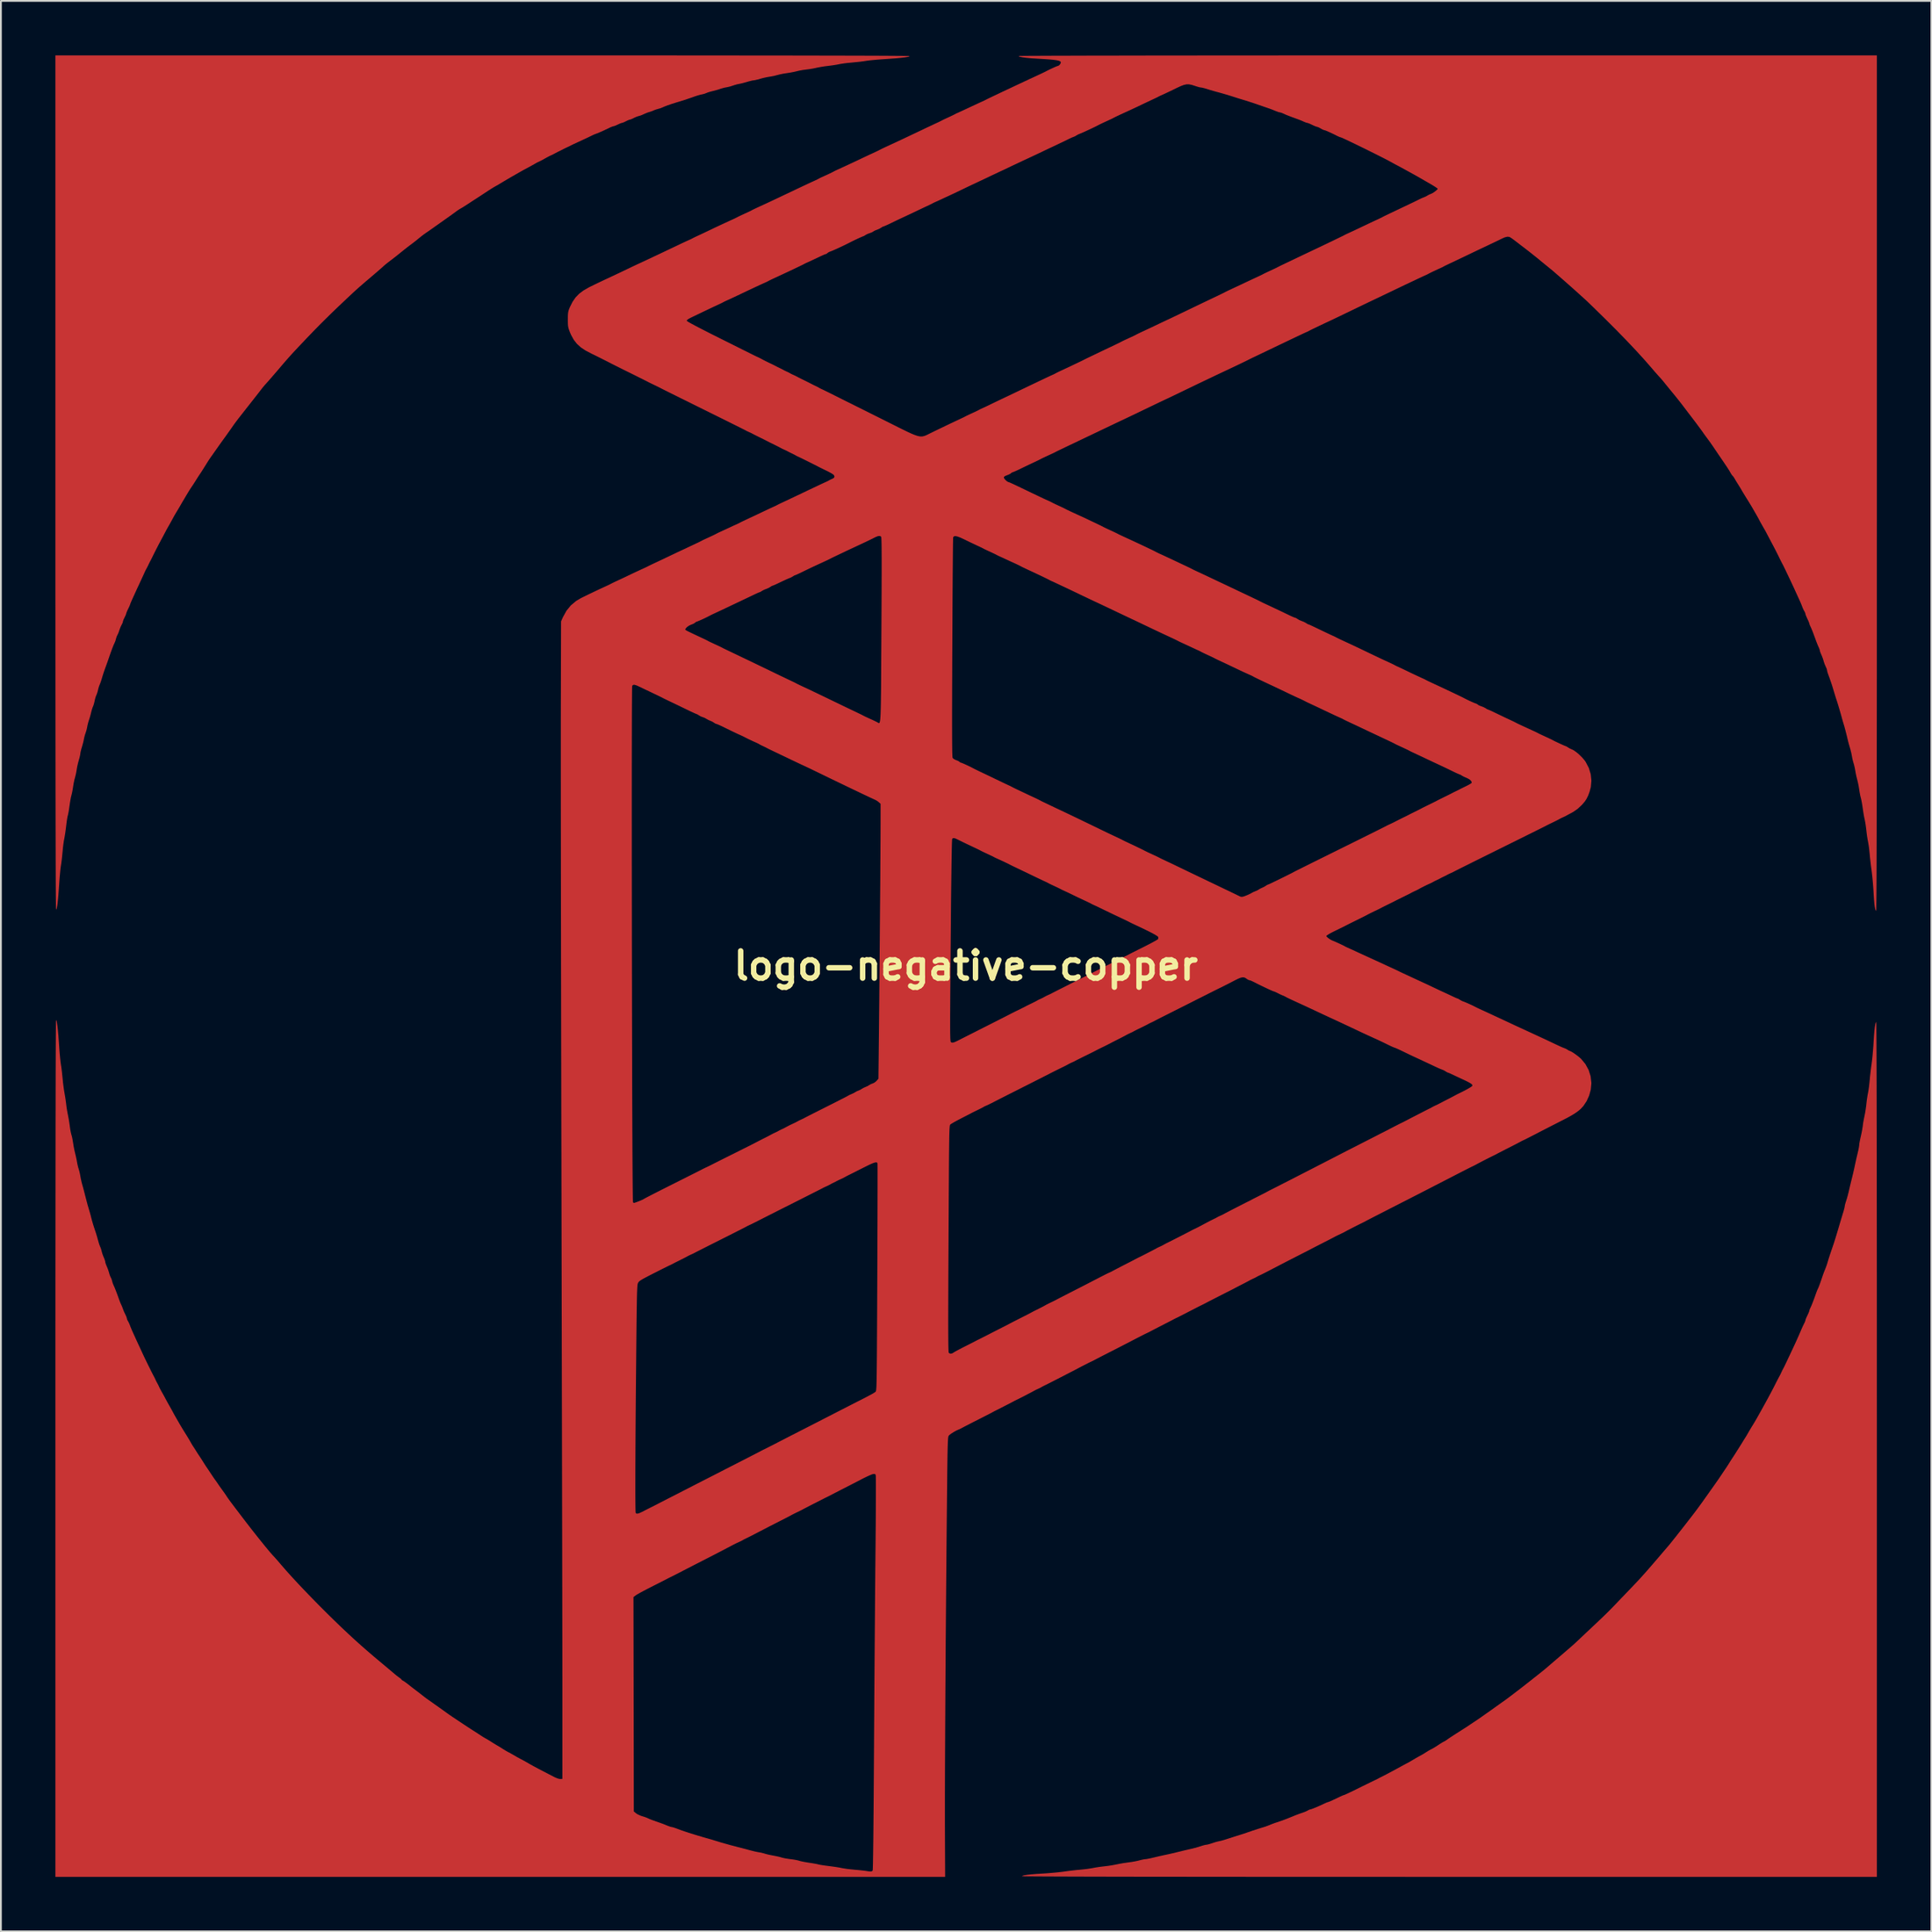
<source format=kicad_pcb>
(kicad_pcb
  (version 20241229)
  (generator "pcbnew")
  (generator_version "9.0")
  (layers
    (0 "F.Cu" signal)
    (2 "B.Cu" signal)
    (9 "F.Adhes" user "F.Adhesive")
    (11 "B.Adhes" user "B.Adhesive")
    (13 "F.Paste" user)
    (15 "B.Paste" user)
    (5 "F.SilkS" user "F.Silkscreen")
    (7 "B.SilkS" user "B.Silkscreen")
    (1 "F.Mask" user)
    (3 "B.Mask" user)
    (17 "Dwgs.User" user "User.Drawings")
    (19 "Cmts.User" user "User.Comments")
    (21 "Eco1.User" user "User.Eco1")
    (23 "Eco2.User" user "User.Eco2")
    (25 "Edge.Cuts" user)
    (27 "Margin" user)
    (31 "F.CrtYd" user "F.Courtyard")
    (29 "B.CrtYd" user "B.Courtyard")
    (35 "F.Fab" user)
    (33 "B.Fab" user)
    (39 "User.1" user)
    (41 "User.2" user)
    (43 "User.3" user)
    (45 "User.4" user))
  (footprint "logo-negative-copper"
    (layer "F.Cu")
    (at 50.114 50.114)
    (property "Reference" "logo-negative-copper" (at 0 0 0) (layer "F.SilkS") (effects (font (size 1.5 1.5) (thickness 0.3))))
    (attr board_only exclude_from_pos_files exclude_from_bom)
    (fp_poly (pts (xy 50.118 3.121) (xy 50.12 3.226) (xy 50.123 3.403) (xy 50.125 3.652) (xy 50.127 3.971) (xy 50.129 4.362) (xy 50.131 4.823) (xy 50.133 5.355) (xy 50.135 5.956) (xy 50.137 6.628) (xy 50.139 7.37) (xy 50.14 8.181) (xy 50.142 9.061) (xy 50.143 10.01) (xy 50.144 11.028) (xy 50.145 12.115) (xy 50.146 13.269) (xy 50.147 14.492) (xy 50.148 15.783) (xy 50.149 17.141) (xy 50.149 18.566) (xy 50.15 20.059) (xy 50.15 21.618) (xy 50.15 23.244) (xy 50.151 24.936) (xy 50.151 26.601) (xy 50.151 50.151) (xy 26.601 50.151) (xy 24.847 50.151) (xy 23.158 50.15) (xy 21.536 50.15) (xy 19.98 50.15) (xy 18.491 50.149) (xy 17.069 50.149) (xy 15.715 50.148) (xy 14.428 50.147) (xy 13.208 50.146) (xy 12.057 50.145) (xy 10.974 50.144) (xy 9.96 50.143) (xy 9.014 50.142) (xy 8.137 50.14) (xy 7.33 50.139) (xy 6.592 50.137) (xy 5.924 50.135) (xy 5.325 50.133) (xy 4.797 50.131) (xy 4.34 50.129) (xy 3.953 50.127) (xy 3.637 50.125) (xy 3.393 50.123) (xy 3.219 50.12) (xy 3.118 50.118) (xy 3.088 50.115) (xy 3.14 50.086) (xy 3.239 50.06) (xy 3.39 50.036) (xy 3.598 50.014) (xy 3.867 49.992) (xy 4.203 49.972) (xy 4.465 49.954) (xy 4.741 49.932) (xy 5.007 49.907) (xy 5.242 49.881) (xy 5.394 49.861) (xy 5.626 49.829) (xy 5.886 49.797) (xy 6.138 49.77) (xy 6.301 49.755) (xy 6.504 49.735) (xy 6.711 49.71) (xy 6.895 49.682) (xy 7.004 49.663) (xy 7.164 49.633) (xy 7.361 49.603) (xy 7.562 49.578) (xy 7.63 49.57) (xy 7.831 49.546) (xy 8.049 49.512) (xy 8.246 49.476) (xy 8.298 49.465) (xy 8.486 49.427) (xy 8.704 49.39) (xy 8.91 49.361) (xy 8.944 49.357) (xy 9.133 49.33) (xy 9.331 49.295) (xy 9.503 49.257) (xy 9.539 49.247) (xy 9.679 49.212) (xy 9.802 49.187) (xy 9.884 49.177) (xy 9.885 49.177) (xy 9.958 49.168) (xy 10.081 49.146) (xy 10.234 49.113) (xy 10.337 49.088) (xy 10.528 49.043) (xy 10.73 48.996) (xy 10.909 48.956) (xy 10.968 48.944) (xy 11.168 48.901) (xy 11.376 48.854) (xy 11.611 48.798) (xy 11.894 48.728) (xy 11.906 48.725) (xy 12.063 48.687) (xy 12.251 48.643) (xy 12.428 48.602) (xy 12.429 48.602) (xy 12.604 48.559) (xy 12.788 48.508) (xy 12.94 48.461) (xy 12.942 48.46) (xy 13.07 48.42) (xy 13.18 48.392) (xy 13.241 48.383) (xy 13.311 48.371) (xy 13.424 48.341) (xy 13.557 48.298) (xy 13.558 48.298) (xy 13.705 48.25) (xy 13.847 48.21) (xy 13.945 48.188) (xy 14.054 48.164) (xy 14.199 48.124) (xy 14.342 48.079) (xy 14.499 48.028) (xy 14.689 47.967) (xy 14.878 47.908) (xy 14.919 47.895) (xy 15.098 47.839) (xy 15.285 47.779) (xy 15.445 47.725) (xy 15.478 47.713) (xy 15.783 47.609) (xy 16.059 47.518) (xy 16.289 47.446) (xy 16.362 47.425) (xy 16.509 47.378) (xy 16.66 47.322) (xy 16.705 47.304) (xy 16.845 47.247) (xy 16.994 47.192) (xy 17.03 47.18) (xy 17.318 47.083) (xy 17.558 46.996) (xy 17.751 46.921) (xy 17.907 46.858) (xy 18.076 46.789) (xy 18.148 46.76) (xy 18.297 46.703) (xy 18.453 46.647) (xy 18.525 46.624) (xy 18.654 46.577) (xy 18.775 46.523) (xy 18.813 46.502) (xy 18.9 46.457) (xy 18.967 46.435) (xy 18.972 46.435) (xy 19.029 46.42) (xy 19.137 46.381) (xy 19.28 46.323) (xy 19.442 46.253) (xy 19.609 46.177) (xy 19.718 46.126) (xy 19.823 46.077) (xy 19.903 46.045) (xy 19.932 46.038) (xy 19.982 46.022) (xy 20.094 45.975) (xy 20.267 45.895) (xy 20.503 45.784) (xy 20.62 45.728) (xy 20.726 45.68) (xy 20.807 45.648) (xy 20.836 45.641) (xy 20.877 45.625) (xy 20.973 45.582) (xy 21.115 45.515) (xy 21.293 45.43) (xy 21.497 45.33) (xy 21.629 45.265) (xy 21.852 45.154) (xy 22.06 45.052) (xy 22.242 44.963) (xy 22.388 44.892) (xy 22.485 44.845) (xy 22.514 44.832) (xy 22.612 44.786) (xy 22.687 44.747) (xy 22.694 44.742) (xy 22.76 44.706) (xy 22.858 44.657) (xy 22.892 44.64) (xy 22.99 44.591) (xy 23.137 44.515) (xy 23.318 44.419) (xy 23.521 44.311) (xy 23.731 44.197) (xy 23.934 44.086) (xy 23.939 44.083) (xy 24.072 44.011) (xy 24.207 43.939) (xy 24.263 43.909) (xy 24.369 43.852) (xy 24.506 43.774) (xy 24.642 43.694) (xy 24.781 43.612) (xy 24.918 43.534) (xy 25.021 43.478) (xy 25.141 43.412) (xy 25.275 43.33) (xy 25.328 43.296) (xy 25.449 43.22) (xy 25.57 43.152) (xy 25.616 43.129) (xy 25.707 43.081) (xy 25.833 43.006) (xy 25.969 42.919) (xy 25.995 42.901) (xy 26.12 42.82) (xy 26.229 42.753) (xy 26.303 42.712) (xy 26.315 42.707) (xy 26.39 42.667) (xy 26.477 42.608) (xy 26.554 42.553) (xy 26.683 42.466) (xy 26.853 42.355) (xy 27.055 42.225) (xy 27.28 42.082) (xy 27.402 42.004) (xy 27.524 41.927) (xy 27.638 41.852) (xy 27.691 41.816) (xy 27.778 41.757) (xy 27.898 41.677) (xy 28.016 41.599) (xy 28.16 41.503) (xy 28.311 41.399) (xy 28.413 41.328) (xy 28.536 41.241) (xy 28.657 41.155) (xy 28.719 41.112) (xy 28.809 41.049) (xy 28.934 40.961) (xy 29.069 40.864) (xy 29.098 40.843) (xy 29.338 40.671) (xy 29.531 40.533) (xy 29.691 40.421) (xy 29.693 40.419) (xy 29.76 40.371) (xy 29.871 40.288) (xy 30.015 40.179) (xy 30.178 40.055) (xy 30.349 39.924) (xy 30.515 39.797) (xy 30.663 39.682) (xy 30.68 39.669) (xy 30.876 39.515) (xy 31.078 39.356) (xy 31.277 39.199) (xy 31.464 39.051) (xy 31.63 38.92) (xy 31.764 38.813) (xy 31.857 38.737) (xy 31.894 38.706) (xy 31.946 38.662) (xy 32.043 38.579) (xy 32.179 38.462) (xy 32.344 38.32) (xy 32.531 38.16) (xy 32.71 38.007) (xy 32.909 37.836) (xy 33.094 37.676) (xy 33.257 37.536) (xy 33.389 37.421) (xy 33.482 37.339) (xy 33.525 37.3) (xy 33.583 37.245) (xy 33.68 37.154) (xy 33.805 37.036) (xy 33.95 36.9) (xy 34.104 36.754) (xy 34.258 36.609) (xy 34.403 36.473) (xy 34.527 36.356) (xy 34.622 36.267) (xy 34.678 36.214) (xy 34.687 36.206) (xy 34.979 35.93) (xy 35.287 35.631) (xy 35.582 35.334) (xy 35.751 35.16) (xy 35.913 34.99) (xy 36.105 34.789) (xy 36.308 34.578) (xy 36.502 34.375) (xy 36.583 34.291) (xy 36.789 34.075) (xy 36.975 33.878) (xy 37.15 33.689) (xy 37.324 33.496) (xy 37.508 33.288) (xy 37.712 33.054) (xy 37.946 32.782) (xy 38.089 32.616) (xy 38.248 32.43) (xy 38.395 32.257) (xy 38.523 32.108) (xy 38.624 31.99) (xy 38.689 31.914) (xy 38.706 31.894) (xy 38.754 31.837) (xy 38.837 31.733) (xy 38.947 31.595) (xy 39.076 31.433) (xy 39.213 31.259) (xy 39.351 31.084) (xy 39.481 30.919) (xy 39.594 30.774) (xy 39.648 30.704) (xy 39.738 30.588) (xy 39.847 30.448) (xy 39.938 30.331) (xy 40.065 30.166) (xy 40.213 29.97) (xy 40.363 29.767) (xy 40.498 29.581) (xy 40.573 29.477) (xy 40.656 29.359) (xy 40.743 29.237) (xy 40.752 29.224) (xy 40.836 29.106) (xy 40.922 28.985) (xy 40.931 28.972) (xy 40.99 28.888) (xy 41.078 28.764) (xy 41.179 28.622) (xy 41.238 28.539) (xy 41.349 28.38) (xy 41.464 28.214) (xy 41.563 28.068) (xy 41.598 28.016) (xy 41.682 27.889) (xy 41.762 27.77) (xy 41.816 27.691) (xy 41.881 27.594) (xy 41.959 27.473) (xy 41.992 27.42) (xy 42.065 27.303) (xy 42.136 27.192) (xy 42.162 27.153) (xy 42.244 27.027) (xy 42.351 26.862) (xy 42.468 26.677) (xy 42.583 26.496) (xy 42.682 26.338) (xy 42.725 26.269) (xy 42.804 26.139) (xy 42.883 26.013) (xy 42.926 25.944) (xy 42.995 25.831) (xy 43.072 25.699) (xy 43.098 25.653) (xy 43.173 25.524) (xy 43.26 25.379) (xy 43.303 25.31) (xy 43.359 25.219) (xy 43.412 25.132) (xy 43.467 25.038) (xy 43.534 24.923) (xy 43.617 24.775) (xy 43.726 24.581) (xy 43.783 24.479) (xy 44.001 24.085) (xy 44.188 23.742) (xy 44.35 23.439) (xy 44.492 23.165) (xy 44.557 23.037) (xy 44.636 22.881) (xy 44.708 22.741) (xy 44.765 22.634) (xy 44.792 22.586) (xy 44.843 22.489) (xy 44.896 22.376) (xy 44.899 22.369) (xy 44.944 22.271) (xy 44.984 22.196) (xy 44.988 22.189) (xy 45.016 22.137) (xy 45.067 22.034) (xy 45.135 21.894) (xy 45.213 21.731) (xy 45.226 21.702) (xy 45.377 21.382) (xy 45.501 21.118) (xy 45.602 20.902) (xy 45.685 20.723) (xy 45.753 20.573) (xy 45.811 20.443) (xy 45.864 20.324) (xy 45.914 20.206) (xy 45.946 20.132) (xy 46.013 19.977) (xy 46.079 19.831) (xy 46.133 19.719) (xy 46.147 19.692) (xy 46.192 19.598) (xy 46.216 19.525) (xy 46.218 19.512) (xy 46.233 19.457) (xy 46.273 19.36) (xy 46.326 19.248) (xy 46.381 19.131) (xy 46.42 19.036) (xy 46.434 18.985) (xy 46.45 18.923) (xy 46.489 18.834) (xy 46.495 18.823) (xy 46.551 18.701) (xy 46.624 18.519) (xy 46.712 18.286) (xy 46.799 18.04) (xy 46.844 17.918) (xy 46.886 17.817) (xy 46.907 17.774) (xy 46.944 17.692) (xy 47.002 17.541) (xy 47.08 17.32) (xy 47.173 17.048) (xy 47.225 16.902) (xy 47.284 16.752) (xy 47.304 16.705) (xy 47.358 16.565) (xy 47.411 16.411) (xy 47.425 16.362) (xy 47.488 16.153) (xy 47.572 15.893) (xy 47.672 15.597) (xy 47.713 15.478) (xy 47.773 15.301) (xy 47.843 15.085) (xy 47.924 14.821) (xy 48.02 14.501) (xy 48.094 14.251) (xy 48.152 14.056) (xy 48.214 13.848) (xy 48.271 13.66) (xy 48.295 13.584) (xy 48.336 13.442) (xy 48.367 13.322) (xy 48.382 13.243) (xy 48.383 13.231) (xy 48.394 13.165) (xy 48.424 13.056) (xy 48.46 12.942) (xy 48.507 12.791) (xy 48.558 12.608) (xy 48.601 12.432) (xy 48.602 12.429) (xy 48.642 12.255) (xy 48.685 12.071) (xy 48.722 11.918) (xy 48.723 11.915) (xy 48.798 11.614) (xy 48.858 11.362) (xy 48.908 11.139) (xy 48.944 10.968) (xy 48.979 10.808) (xy 49.023 10.611) (xy 49.07 10.411) (xy 49.088 10.337) (xy 49.126 10.173) (xy 49.156 10.025) (xy 49.173 9.914) (xy 49.177 9.873) (xy 49.185 9.794) (xy 49.207 9.666) (xy 49.24 9.51) (xy 49.264 9.404) (xy 49.305 9.218) (xy 49.342 9.029) (xy 49.368 8.865) (xy 49.376 8.803) (xy 49.397 8.647) (xy 49.43 8.461) (xy 49.466 8.284) (xy 49.467 8.28) (xy 49.502 8.108) (xy 49.536 7.9) (xy 49.564 7.694) (xy 49.571 7.63) (xy 49.593 7.437) (xy 49.622 7.234) (xy 49.652 7.057) (xy 49.663 7.004) (xy 49.689 6.857) (xy 49.716 6.665) (xy 49.74 6.456) (xy 49.755 6.301) (xy 49.776 6.079) (xy 49.805 5.822) (xy 49.837 5.565) (xy 49.861 5.394) (xy 49.886 5.201) (xy 49.912 4.958) (xy 49.937 4.688) (xy 49.958 4.413) (xy 49.972 4.203) (xy 49.992 3.867) (xy 50.014 3.597) (xy 50.036 3.39) (xy 50.06 3.239) (xy 50.086 3.14) (xy 50.115 3.088)) (stroke (width 0) (type solid)) (fill yes) (layer "F.Cu"))
    (fp_poly (pts (xy -24.808 -50.114) (xy -23.105 -50.114) (xy -21.473 -50.114) (xy -19.913 -50.114) (xy -18.423 -50.113) (xy -17.005 -50.113) (xy -15.657 -50.112) (xy -14.379 -50.111) (xy -13.172 -50.11) (xy -12.034 -50.109) (xy -10.965 -50.108) (xy -9.966 -50.107) (xy -9.036 -50.106) (xy -8.174 -50.104) (xy -7.381 -50.103) (xy -6.656 -50.101) (xy -5.999 -50.099) (xy -5.409 -50.098) (xy -4.887 -50.096) (xy -4.432 -50.094) (xy -4.043 -50.091) (xy -3.722 -50.089) (xy -3.466 -50.087) (xy -3.276 -50.084) (xy -3.153 -50.082) (xy -3.094 -50.079) (xy -3.089 -50.078) (xy -3.137 -50.051) (xy -3.231 -50.027) (xy -3.376 -50.003) (xy -3.575 -49.98) (xy -3.834 -49.956) (xy -4.157 -49.932) (xy -4.384 -49.916) (xy -4.642 -49.898) (xy -4.894 -49.878) (xy -5.126 -49.857) (xy -5.322 -49.836) (xy -5.466 -49.817) (xy -5.502 -49.811) (xy -5.653 -49.788) (xy -5.851 -49.763) (xy -6.069 -49.74) (xy -6.278 -49.72) (xy -6.481 -49.701) (xy -6.68 -49.678) (xy -6.852 -49.653) (xy -6.976 -49.631) (xy -6.981 -49.629) (xy -7.114 -49.603) (xy -7.29 -49.575) (xy -7.48 -49.548) (xy -7.577 -49.537) (xy -7.775 -49.512) (xy -7.985 -49.478) (xy -8.172 -49.443) (xy -8.239 -49.428) (xy -8.419 -49.39) (xy -8.616 -49.358) (xy -8.78 -49.337) (xy -8.958 -49.314) (xy -9.156 -49.278) (xy -9.294 -49.245) (xy -9.462 -49.206) (xy -9.66 -49.168) (xy -9.846 -49.139) (xy -9.853 -49.138) (xy -10.03 -49.111) (xy -10.212 -49.075) (xy -10.363 -49.037) (xy -10.374 -49.034) (xy -10.537 -48.991) (xy -10.715 -48.955) (xy -10.807 -48.941) (xy -10.951 -48.916) (xy -11.127 -48.877) (xy -11.298 -48.832) (xy -11.308 -48.829) (xy -11.452 -48.789) (xy -11.579 -48.759) (xy -11.664 -48.744) (xy -11.676 -48.743) (xy -11.749 -48.733) (xy -11.867 -48.705) (xy -12.008 -48.666) (xy -12.04 -48.656) (xy -12.198 -48.611) (xy -12.353 -48.571) (xy -12.474 -48.546) (xy -12.484 -48.544) (xy -12.62 -48.515) (xy -12.771 -48.47) (xy -12.823 -48.452) (xy -12.966 -48.406) (xy -13.116 -48.37) (xy -13.165 -48.361) (xy -13.304 -48.333) (xy -13.456 -48.29) (xy -13.512 -48.272) (xy -13.647 -48.228) (xy -13.812 -48.181) (xy -13.937 -48.15) (xy -14.078 -48.114) (xy -14.204 -48.075) (xy -14.281 -48.043) (xy -14.385 -48.003) (xy -14.508 -47.971) (xy -14.523 -47.969) (xy -14.634 -47.944) (xy -14.778 -47.903) (xy -14.901 -47.863) (xy -15.126 -47.783) (xy -15.3 -47.723) (xy -15.441 -47.675) (xy -15.566 -47.635) (xy -15.693 -47.596) (xy -15.785 -47.569) (xy -16.018 -47.498) (xy -16.243 -47.425) (xy -16.442 -47.355) (xy -16.601 -47.294) (xy -16.693 -47.253) (xy -16.803 -47.208) (xy -16.921 -47.174) (xy -17.039 -47.141) (xy -17.168 -47.093) (xy -17.193 -47.082) (xy -17.312 -47.034) (xy -17.424 -46.997) (xy -17.446 -46.991) (xy -17.544 -46.959) (xy -17.665 -46.908) (xy -17.715 -46.885) (xy -17.84 -46.83) (xy -17.962 -46.787) (xy -18.001 -46.777) (xy -18.109 -46.744) (xy -18.236 -46.689) (xy -18.286 -46.665) (xy -18.388 -46.615) (xy -18.469 -46.584) (xy -18.494 -46.579) (xy -18.551 -46.563) (xy -18.645 -46.522) (xy -18.711 -46.488) (xy -18.816 -46.437) (xy -18.9 -46.405) (xy -18.93 -46.398) (xy -18.989 -46.383) (xy -19.085 -46.343) (xy -19.158 -46.308) (xy -19.266 -46.258) (xy -19.352 -46.225) (xy -19.384 -46.218) (xy -19.442 -46.203) (xy -19.539 -46.165) (xy -19.611 -46.132) (xy -19.884 -46.003) (xy -20.1 -45.905) (xy -20.256 -45.837) (xy -20.349 -45.803) (xy -20.442 -45.768) (xy -20.552 -45.718) (xy -20.565 -45.712) (xy -20.675 -45.658) (xy -20.84 -45.579) (xy -21.052 -45.48) (xy -21.299 -45.365) (xy -21.467 -45.288) (xy -21.592 -45.23) (xy -21.703 -45.176) (xy -21.756 -45.149) (xy -21.852 -45.101) (xy -21.965 -45.049) (xy -21.972 -45.045) (xy -22.077 -44.996) (xy -22.164 -44.952) (xy -22.171 -44.948) (xy -22.257 -44.902) (xy -22.351 -44.856) (xy -22.472 -44.798) (xy -22.594 -44.734) (xy -22.649 -44.703) (xy -22.724 -44.665) (xy -22.825 -44.618) (xy -22.838 -44.612) (xy -22.937 -44.564) (xy -23.067 -44.496) (xy -23.181 -44.432) (xy -23.306 -44.362) (xy -23.418 -44.304) (xy -23.488 -44.27) (xy -23.587 -44.224) (xy -23.65 -44.19) (xy -23.746 -44.134) (xy -23.884 -44.057) (xy -24.041 -43.971) (xy -24.196 -43.887) (xy -24.245 -43.861) (xy -24.375 -43.791) (xy -24.551 -43.692) (xy -24.759 -43.573) (xy -24.984 -43.444) (xy -25.212 -43.311) (xy -25.426 -43.185) (xy -25.612 -43.074) (xy -25.725 -43.005) (xy -25.79 -42.967) (xy -25.886 -42.914) (xy -25.914 -42.898) (xy -26.009 -42.843) (xy -26.139 -42.763) (xy -26.279 -42.673) (xy -26.311 -42.652) (xy -26.466 -42.55) (xy -26.649 -42.43) (xy -26.827 -42.313) (xy -26.879 -42.279) (xy -27.051 -42.168) (xy -27.24 -42.045) (xy -27.411 -41.933) (xy -27.457 -41.903) (xy -27.59 -41.818) (xy -27.71 -41.743) (xy -27.798 -41.691) (xy -27.817 -41.681) (xy -27.901 -41.631) (xy -28.007 -41.559) (xy -28.052 -41.526) (xy -28.169 -41.439) (xy -28.289 -41.352) (xy -28.322 -41.328) (xy -28.423 -41.257) (xy -28.549 -41.168) (xy -28.639 -41.104) (xy -28.763 -41.015) (xy -28.916 -40.907) (xy -29.067 -40.8) (xy -29.085 -40.788) (xy -29.218 -40.694) (xy -29.343 -40.605) (xy -29.438 -40.538) (xy -29.454 -40.526) (xy -29.558 -40.453) (xy -29.678 -40.372) (xy -29.712 -40.349) (xy -29.814 -40.277) (xy -29.943 -40.18) (xy -30.071 -40.077) (xy -30.072 -40.077) (xy -30.198 -39.974) (xy -30.289 -39.9) (xy -30.369 -39.837) (xy -30.459 -39.769) (xy -30.58 -39.678) (xy -30.614 -39.653) (xy -30.741 -39.556) (xy -30.898 -39.433) (xy -31.057 -39.305) (xy -31.119 -39.255) (xy -31.282 -39.123) (xy -31.465 -38.979) (xy -31.635 -38.848) (xy -31.684 -38.812) (xy -31.818 -38.709) (xy -31.943 -38.609) (xy -32.037 -38.529) (xy -32.063 -38.505) (xy -32.12 -38.452) (xy -32.223 -38.361) (xy -32.362 -38.241) (xy -32.526 -38.099) (xy -32.708 -37.944) (xy -32.778 -37.884) (xy -33.001 -37.695) (xy -33.181 -37.541) (xy -33.332 -37.41) (xy -33.466 -37.292) (xy -33.597 -37.174) (xy -33.737 -37.045) (xy -33.898 -36.894) (xy -34.023 -36.777) (xy -34.456 -36.369) (xy -34.848 -35.993) (xy -35.213 -35.636) (xy -35.566 -35.285) (xy -35.919 -34.924) (xy -36.288 -34.54) (xy -36.687 -34.119) (xy -36.763 -34.039) (xy -36.918 -33.872) (xy -37.05 -33.731) (xy -37.168 -33.601) (xy -37.283 -33.473) (xy -37.405 -33.334) (xy -37.545 -33.173) (xy -37.712 -32.977) (xy -37.866 -32.796) (xy -38.027 -32.609) (xy -38.178 -32.434) (xy -38.311 -32.281) (xy -38.417 -32.16) (xy -38.489 -32.08) (xy -38.508 -32.059) (xy -38.588 -31.971) (xy -38.685 -31.855) (xy -38.752 -31.771) (xy -38.849 -31.645) (xy -38.964 -31.496) (xy -39.064 -31.368) (xy -39.172 -31.231) (xy -39.318 -31.045) (xy -39.494 -30.821) (xy -39.693 -30.568) (xy -39.909 -30.293) (xy -40.023 -30.148) (xy -40.131 -30.007) (xy -40.244 -29.854) (xy -40.33 -29.734) (xy -40.415 -29.611) (xy -40.497 -29.494) (xy -40.545 -29.427) (xy -40.622 -29.32) (xy -40.704 -29.203) (xy -40.715 -29.188) (xy -40.794 -29.078) (xy -40.884 -28.954) (xy -40.91 -28.918) (xy -40.978 -28.824) (xy -41.072 -28.692) (xy -41.176 -28.545) (xy -41.227 -28.473) (xy -41.325 -28.333) (xy -41.415 -28.205) (xy -41.484 -28.107) (xy -41.51 -28.072) (xy -41.565 -27.994) (xy -41.62 -27.913) (xy -41.682 -27.82) (xy -41.758 -27.701) (xy -41.856 -27.544) (xy -41.984 -27.339) (xy -41.99 -27.33) (xy -42.067 -27.209) (xy -42.142 -27.094) (xy -42.178 -27.042) (xy -42.238 -26.951) (xy -42.316 -26.83) (xy -42.375 -26.735) (xy -42.454 -26.61) (xy -42.529 -26.493) (xy -42.573 -26.428) (xy -42.686 -26.259) (xy -42.809 -26.062) (xy -42.946 -25.833) (xy -43.018 -25.711) (xy -43.078 -25.61) (xy -43.115 -25.548) (xy -43.117 -25.544) (xy -43.154 -25.482) (xy -43.21 -25.385) (xy -43.243 -25.328) (xy -43.315 -25.204) (xy -43.402 -25.058) (xy -43.457 -24.967) (xy -43.536 -24.834) (xy -43.612 -24.7) (xy -43.653 -24.624) (xy -43.712 -24.515) (xy -43.788 -24.376) (xy -43.852 -24.263) (xy -43.93 -24.127) (xy -44.005 -23.991) (xy -44.051 -23.903) (xy -44.098 -23.814) (xy -44.169 -23.68) (xy -44.255 -23.519) (xy -44.339 -23.362) (xy -44.441 -23.17) (xy -44.547 -22.965) (xy -44.644 -22.774) (xy -44.702 -22.658) (xy -44.772 -22.515) (xy -44.834 -22.39) (xy -44.879 -22.302) (xy -44.892 -22.279) (xy -44.933 -22.201) (xy -44.985 -22.094) (xy -44.999 -22.063) (xy -45.049 -21.96) (xy -45.092 -21.88) (xy -45.101 -21.864) (xy -45.139 -21.796) (xy -45.185 -21.699) (xy -45.192 -21.684) (xy -45.239 -21.579) (xy -45.3 -21.445) (xy -45.34 -21.359) (xy -45.467 -21.085) (xy -45.568 -20.869) (xy -45.645 -20.702) (xy -45.702 -20.578) (xy -45.716 -20.547) (xy -45.765 -20.439) (xy -45.83 -20.297) (xy -45.891 -20.162) (xy -45.945 -20.04) (xy -45.985 -19.945) (xy -46.002 -19.893) (xy -46.003 -19.891) (xy -46.018 -19.846) (xy -46.058 -19.756) (xy -46.111 -19.646) (xy -46.166 -19.53) (xy -46.204 -19.436) (xy -46.218 -19.387) (xy -46.234 -19.332) (xy -46.275 -19.239) (xy -46.308 -19.173) (xy -46.36 -19.066) (xy -46.392 -18.978) (xy -46.398 -18.945) (xy -46.416 -18.877) (xy -46.461 -18.786) (xy -46.468 -18.773) (xy -46.521 -18.668) (xy -46.573 -18.535) (xy -46.592 -18.479) (xy -46.634 -18.356) (xy -46.679 -18.25) (xy -46.699 -18.214) (xy -46.744 -18.118) (xy -46.778 -18.005) (xy -46.778 -18.004) (xy -46.813 -17.88) (xy -46.86 -17.769) (xy -46.914 -17.651) (xy -46.985 -17.472) (xy -47.07 -17.241) (xy -47.165 -16.968) (xy -47.175 -16.939) (xy -47.23 -16.78) (xy -47.298 -16.59) (xy -47.364 -16.407) (xy -47.374 -16.38) (xy -47.436 -16.204) (xy -47.498 -16.018) (xy -47.547 -15.857) (xy -47.554 -15.833) (xy -47.596 -15.693) (xy -47.64 -15.567) (xy -47.672 -15.49) (xy -47.71 -15.394) (xy -47.749 -15.265) (xy -47.765 -15.197) (xy -47.799 -15.064) (xy -47.841 -14.943) (xy -47.861 -14.898) (xy -47.899 -14.801) (xy -47.936 -14.669) (xy -47.954 -14.585) (xy -47.985 -14.452) (xy -48.021 -14.333) (xy -48.043 -14.281) (xy -48.078 -14.194) (xy -48.117 -14.066) (xy -48.15 -13.937) (xy -48.19 -13.778) (xy -48.237 -13.616) (xy -48.272 -13.512) (xy -48.316 -13.368) (xy -48.352 -13.217) (xy -48.361 -13.165) (xy -48.39 -13.027) (xy -48.434 -12.874) (xy -48.452 -12.823) (xy -48.498 -12.681) (xy -48.535 -12.532) (xy -48.544 -12.484) (xy -48.567 -12.368) (xy -48.606 -12.216) (xy -48.651 -12.056) (xy -48.656 -12.04) (xy -48.698 -11.897) (xy -48.728 -11.772) (xy -48.743 -11.687) (xy -48.743 -11.676) (xy -48.754 -11.604) (xy -48.78 -11.486) (xy -48.818 -11.344) (xy -48.829 -11.308) (xy -48.874 -11.139) (xy -48.914 -10.962) (xy -48.94 -10.815) (xy -48.941 -10.807) (xy -48.968 -10.645) (xy -49.008 -10.467) (xy -49.033 -10.374) (xy -49.072 -10.227) (xy -49.109 -10.046) (xy -49.139 -9.869) (xy -49.14 -9.859) (xy -49.166 -9.692) (xy -49.197 -9.529) (xy -49.228 -9.402) (xy -49.232 -9.39) (xy -49.258 -9.284) (xy -49.288 -9.128) (xy -49.318 -8.946) (xy -49.34 -8.793) (xy -49.365 -8.617) (xy -49.391 -8.458) (xy -49.415 -8.337) (xy -49.431 -8.274) (xy -49.449 -8.204) (xy -49.471 -8.078) (xy -49.495 -7.915) (xy -49.518 -7.731) (xy -49.521 -7.707) (xy -49.546 -7.503) (xy -49.575 -7.299) (xy -49.604 -7.12) (xy -49.628 -6.992) (xy -49.652 -6.858) (xy -49.678 -6.677) (xy -49.702 -6.473) (xy -49.719 -6.289) (xy -49.739 -6.076) (xy -49.763 -5.855) (xy -49.789 -5.654) (xy -49.81 -5.52) (xy -49.828 -5.392) (xy -49.848 -5.208) (xy -49.87 -4.982) (xy -49.891 -4.732) (xy -49.91 -4.472) (xy -49.916 -4.384) (xy -49.942 -4.019) (xy -49.966 -3.722) (xy -49.989 -3.488) (xy -50.012 -3.312) (xy -50.036 -3.188) (xy -50.062 -3.113) (xy -50.078 -3.089) (xy -50.081 -3.119) (xy -50.083 -3.214) (xy -50.086 -3.375) (xy -50.088 -3.601) (xy -50.091 -3.894) (xy -50.093 -4.253) (xy -50.095 -4.679) (xy -50.097 -5.172) (xy -50.099 -5.732) (xy -50.1 -6.359) (xy -50.102 -7.054) (xy -50.104 -7.817) (xy -50.105 -8.649) (xy -50.107 -9.549) (xy -50.108 -10.518) (xy -50.109 -11.556) (xy -50.11 -12.663) (xy -50.111 -13.84) (xy -50.112 -15.087) (xy -50.112 -16.404) (xy -50.113 -17.791) (xy -50.113 -19.25) (xy -50.114 -20.779) (xy -50.114 -22.379) (xy -50.114 -24.051) (xy -50.114 -25.795) (xy -50.114 -26.583) (xy -50.114 -50.114) (xy -26.583 -50.114)) (stroke (width 0) (type solid)) (fill yes) (layer "F.Cu"))
    (fp_poly (pts (xy 50.151 -26.547) (xy 50.151 -24.842) (xy 50.15 -23.209) (xy 50.15 -21.646) (xy 50.15 -20.152) (xy 50.15 -18.727) (xy 50.149 -17.371) (xy 50.149 -16.081) (xy 50.148 -14.858) (xy 50.147 -13.7) (xy 50.146 -12.607) (xy 50.145 -11.578) (xy 50.144 -10.612) (xy 50.143 -9.708) (xy 50.142 -8.865) (xy 50.141 -8.083) (xy 50.14 -7.361) (xy 50.138 -6.697) (xy 50.136 -6.091) (xy 50.135 -5.543) (xy 50.133 -5.051) (xy 50.131 -4.614) (xy 50.129 -4.232) (xy 50.127 -3.904) (xy 50.125 -3.629) (xy 50.122 -3.406) (xy 50.12 -3.234) (xy 50.117 -3.113) (xy 50.115 -3.042) (xy 50.112 -3.019) (xy 50.112 -3.019) (xy 50.081 -3.066) (xy 50.055 -3.145) (xy 50.033 -3.264) (xy 50.013 -3.431) (xy 49.994 -3.653) (xy 49.976 -3.937) (xy 49.97 -4.041) (xy 49.953 -4.303) (xy 49.931 -4.581) (xy 49.905 -4.852) (xy 49.879 -5.091) (xy 49.861 -5.232) (xy 49.83 -5.467) (xy 49.798 -5.731) (xy 49.77 -5.988) (xy 49.753 -6.17) (xy 49.733 -6.368) (xy 49.709 -6.563) (xy 49.684 -6.731) (xy 49.664 -6.838) (xy 49.639 -6.969) (xy 49.611 -7.144) (xy 49.586 -7.337) (xy 49.573 -7.451) (xy 49.55 -7.639) (xy 49.523 -7.825) (xy 49.495 -7.982) (xy 49.48 -8.054) (xy 49.453 -8.179) (xy 49.422 -8.349) (xy 49.392 -8.539) (xy 49.375 -8.661) (xy 49.348 -8.846) (xy 49.317 -9.023) (xy 49.287 -9.17) (xy 49.269 -9.241) (xy 49.238 -9.366) (xy 49.206 -9.53) (xy 49.179 -9.699) (xy 49.177 -9.716) (xy 49.148 -9.895) (xy 49.11 -10.084) (xy 49.071 -10.243) (xy 49.07 -10.247) (xy 49.027 -10.414) (xy 48.986 -10.605) (xy 48.964 -10.736) (xy 48.935 -10.892) (xy 48.9 -11.044) (xy 48.87 -11.147) (xy 48.835 -11.269) (xy 48.799 -11.423) (xy 48.778 -11.54) (xy 48.745 -11.71) (xy 48.7 -11.891) (xy 48.67 -11.995) (xy 48.622 -12.159) (xy 48.573 -12.338) (xy 48.551 -12.429) (xy 48.486 -12.703) (xy 48.422 -12.955) (xy 48.364 -13.168) (xy 48.321 -13.313) (xy 48.279 -13.451) (xy 48.239 -13.59) (xy 48.231 -13.62) (xy 48.192 -13.766) (xy 48.14 -13.948) (xy 48.082 -14.147) (xy 48.024 -14.341) (xy 47.972 -14.51) (xy 47.932 -14.634) (xy 47.927 -14.648) (xy 47.886 -14.773) (xy 47.838 -14.929) (xy 47.803 -15.045) (xy 47.681 -15.447) (xy 47.554 -15.82) (xy 47.496 -15.975) (xy 47.451 -16.1) (xy 47.419 -16.206) (xy 47.409 -16.265) (xy 47.393 -16.335) (xy 47.353 -16.435) (xy 47.335 -16.472) (xy 47.278 -16.603) (xy 47.228 -16.748) (xy 47.221 -16.777) (xy 47.18 -16.91) (xy 47.123 -17.059) (xy 47.096 -17.12) (xy 47.049 -17.23) (xy 47.019 -17.318) (xy 47.012 -17.352) (xy 46.997 -17.415) (xy 46.96 -17.511) (xy 46.942 -17.55) (xy 46.888 -17.672) (xy 46.83 -17.819) (xy 46.801 -17.895) (xy 46.697 -18.182) (xy 46.613 -18.404) (xy 46.546 -18.567) (xy 46.496 -18.676) (xy 46.495 -18.678) (xy 46.454 -18.768) (xy 46.434 -18.836) (xy 46.433 -18.841) (xy 46.417 -18.895) (xy 46.377 -18.992) (xy 46.325 -19.103) (xy 46.27 -19.222) (xy 46.231 -19.321) (xy 46.218 -19.375) (xy 46.198 -19.446) (xy 46.163 -19.51) (xy 46.116 -19.594) (xy 46.066 -19.708) (xy 46.053 -19.742) (xy 46.006 -19.864) (xy 45.945 -20.01) (xy 45.907 -20.095) (xy 45.835 -20.252) (xy 45.764 -20.407) (xy 45.684 -20.582) (xy 45.585 -20.799) (xy 45.577 -20.818) (xy 45.526 -20.928) (xy 45.455 -21.078) (xy 45.372 -21.255) (xy 45.282 -21.444) (xy 45.193 -21.631) (xy 45.112 -21.801) (xy 45.044 -21.939) (xy 44.999 -22.033) (xy 44.988 -22.054) (xy 44.941 -22.143) (xy 44.921 -22.18) (xy 44.891 -22.239) (xy 44.838 -22.345) (xy 44.772 -22.479) (xy 44.737 -22.55) (xy 44.657 -22.712) (xy 44.556 -22.91) (xy 44.45 -23.114) (xy 44.376 -23.253) (xy 44.287 -23.421) (xy 44.203 -23.581) (xy 44.133 -23.713) (xy 44.091 -23.794) (xy 44.033 -23.904) (xy 43.956 -24.042) (xy 43.89 -24.155) (xy 43.812 -24.292) (xy 43.736 -24.427) (xy 43.689 -24.516) (xy 43.627 -24.634) (xy 43.55 -24.772) (xy 43.511 -24.841) (xy 43.431 -24.979) (xy 43.348 -25.123) (xy 43.314 -25.184) (xy 43.255 -25.283) (xy 43.171 -25.423) (xy 43.074 -25.581) (xy 43.007 -25.689) (xy 42.908 -25.847) (xy 42.814 -26.002) (xy 42.736 -26.131) (xy 42.7 -26.194) (xy 42.621 -26.327) (xy 42.532 -26.471) (xy 42.502 -26.518) (xy 42.424 -26.643) (xy 42.349 -26.768) (xy 42.323 -26.814) (xy 42.269 -26.902) (xy 42.223 -26.961) (xy 42.213 -26.969) (xy 42.173 -27.014) (xy 42.12 -27.096) (xy 42.103 -27.125) (xy 42.061 -27.2) (xy 42.012 -27.282) (xy 41.949 -27.38) (xy 41.868 -27.504) (xy 41.76 -27.664) (xy 41.621 -27.869) (xy 41.546 -27.979) (xy 41.432 -28.145) (xy 41.326 -28.302) (xy 41.237 -28.433) (xy 41.175 -28.525) (xy 41.167 -28.538) (xy 40.983 -28.805) (xy 40.773 -29.09) (xy 40.767 -29.098) (xy 40.689 -29.204) (xy 40.618 -29.303) (xy 40.597 -29.334) (xy 40.529 -29.43) (xy 40.426 -29.572) (xy 40.297 -29.746) (xy 40.151 -29.942) (xy 39.996 -30.146) (xy 39.948 -30.209) (xy 39.822 -30.373) (xy 39.677 -30.564) (xy 39.535 -30.75) (xy 39.475 -30.83) (xy 39.348 -30.994) (xy 39.196 -31.187) (xy 39.039 -31.382) (xy 38.926 -31.521) (xy 38.793 -31.682) (xy 38.659 -31.846) (xy 38.539 -31.993) (xy 38.455 -32.098) (xy 38.355 -32.22) (xy 38.256 -32.336) (xy 38.181 -32.417) (xy 38.119 -32.485) (xy 38.023 -32.593) (xy 37.903 -32.73) (xy 37.774 -32.881) (xy 37.738 -32.923) (xy 37.337 -33.382) (xy 36.881 -33.881) (xy 36.371 -34.421) (xy 35.806 -35.001) (xy 35.184 -35.622) (xy 34.506 -36.287) (xy 34.384 -36.404) (xy 34.312 -36.474) (xy 34.245 -36.538) (xy 34.175 -36.604) (xy 34.092 -36.68) (xy 33.99 -36.773) (xy 33.858 -36.892) (xy 33.689 -37.045) (xy 33.5 -37.215) (xy 33.369 -37.332) (xy 33.207 -37.475) (xy 33.028 -37.633) (xy 32.843 -37.796) (xy 32.664 -37.952) (xy 32.502 -38.093) (xy 32.37 -38.208) (xy 32.279 -38.285) (xy 32.275 -38.288) (xy 32.215 -38.338) (xy 32.116 -38.419) (xy 31.994 -38.519) (xy 31.93 -38.57) (xy 31.801 -38.676) (xy 31.682 -38.773) (xy 31.592 -38.847) (xy 31.566 -38.869) (xy 31.455 -38.96) (xy 31.305 -39.08) (xy 31.132 -39.218) (xy 30.953 -39.358) (xy 30.786 -39.488) (xy 30.649 -39.593) (xy 30.605 -39.626) (xy 30.509 -39.699) (xy 30.382 -39.797) (xy 30.25 -39.899) (xy 30.237 -39.909) (xy 30.117 -39.999) (xy 30.01 -40.073) (xy 29.934 -40.118) (xy 29.924 -40.122) (xy 29.81 -40.134) (xy 29.658 -40.095) (xy 29.491 -40.02) (xy 29.387 -39.968) (xy 29.219 -39.887) (xy 28.989 -39.777) (xy 28.697 -39.638) (xy 28.345 -39.472) (xy 28.304 -39.453) (xy 28.212 -39.409) (xy 28.07 -39.341) (xy 27.892 -39.256) (xy 27.693 -39.161) (xy 27.529 -39.082) (xy 27.313 -38.978) (xy 27.096 -38.875) (xy 26.896 -38.78) (xy 26.73 -38.702) (xy 26.645 -38.662) (xy 26.508 -38.597) (xy 26.392 -38.541) (xy 26.316 -38.502) (xy 26.302 -38.494) (xy 26.234 -38.457) (xy 26.136 -38.411) (xy 26.122 -38.404) (xy 25.993 -38.347) (xy 25.848 -38.279) (xy 25.703 -38.211) (xy 25.579 -38.151) (xy 25.493 -38.107) (xy 25.472 -38.096) (xy 25.404 -38.059) (xy 25.307 -38.014) (xy 25.292 -38.007) (xy 25.19 -37.962) (xy 25.057 -37.9) (xy 24.949 -37.849) (xy 24.826 -37.791) (xy 24.662 -37.713) (xy 24.479 -37.627) (xy 24.336 -37.559) (xy 24.132 -37.463) (xy 23.906 -37.355) (xy 23.691 -37.252) (xy 23.578 -37.198) (xy 23.402 -37.113) (xy 23.187 -37.011) (xy 22.961 -36.903) (xy 22.751 -36.802) (xy 22.748 -36.801) (xy 22.4 -36.635) (xy 22.071 -36.478) (xy 21.74 -36.319) (xy 21.388 -36.149) (xy 20.993 -35.958) (xy 20.962 -35.944) (xy 20.749 -35.841) (xy 20.535 -35.738) (xy 20.34 -35.645) (xy 20.18 -35.568) (xy 20.096 -35.529) (xy 19.796 -35.388) (xy 19.529 -35.262) (xy 19.301 -35.153) (xy 19.119 -35.066) (xy 18.988 -35.001) (xy 18.915 -34.964) (xy 18.906 -34.958) (xy 18.826 -34.916) (xy 18.797 -34.903) (xy 18.74 -34.879) (xy 18.637 -34.832) (xy 18.485 -34.761) (xy 18.282 -34.665) (xy 18.025 -34.543) (xy 17.71 -34.393) (xy 17.337 -34.215) (xy 16.957 -34.033) (xy 16.744 -33.931) (xy 16.501 -33.814) (xy 16.263 -33.701) (xy 16.128 -33.636) (xy 15.938 -33.545) (xy 15.801 -33.48) (xy 15.706 -33.434) (xy 15.64 -33.402) (xy 15.592 -33.378) (xy 15.55 -33.357) (xy 15.532 -33.347) (xy 15.465 -33.314) (xy 15.347 -33.256) (xy 15.189 -33.18) (xy 15.006 -33.092) (xy 14.812 -32.999) (xy 14.618 -32.907) (xy 14.439 -32.823) (xy 14.342 -32.777) (xy 14.22 -32.72) (xy 14.085 -32.656) (xy 13.928 -32.582) (xy 13.742 -32.494) (xy 13.516 -32.386) (xy 13.243 -32.256) (xy 12.914 -32.099) (xy 12.898 -32.092) (xy 12.729 -32.011) (xy 12.516 -31.908) (xy 12.28 -31.794) (xy 12.04 -31.679) (xy 11.888 -31.605) (xy 11.677 -31.503) (xy 11.473 -31.405) (xy 11.29 -31.317) (xy 11.143 -31.247) (xy 11.058 -31.208) (xy 10.952 -31.158) (xy 10.798 -31.085) (xy 10.61 -30.996) (xy 10.406 -30.898) (xy 10.265 -30.83) (xy 9.919 -30.664) (xy 9.632 -30.526) (xy 9.394 -30.411) (xy 9.198 -30.318) (xy 9.037 -30.241) (xy 8.904 -30.177) (xy 8.79 -30.123) (xy 8.688 -30.075) (xy 8.605 -30.036) (xy 8.452 -29.964) (xy 8.261 -29.873) (xy 8.057 -29.776) (xy 7.901 -29.702) (xy 7.697 -29.604) (xy 7.471 -29.497) (xy 7.257 -29.394) (xy 7.126 -29.332) (xy 6.708 -29.133) (xy 6.351 -28.962) (xy 6.048 -28.818) (xy 5.795 -28.697) (xy 5.586 -28.598) (xy 5.417 -28.517) (xy 5.283 -28.452) (xy 5.177 -28.401) (xy 5.095 -28.362) (xy 5.032 -28.331) (xy 4.983 -28.306) (xy 4.942 -28.286) (xy 4.904 -28.266) (xy 4.88 -28.253) (xy 4.819 -28.224) (xy 4.712 -28.174) (xy 4.579 -28.112) (xy 4.528 -28.089) (xy 4.39 -28.025) (xy 4.271 -27.969) (xy 4.191 -27.931) (xy 4.176 -27.923) (xy 4.086 -27.876) (xy 4.004 -27.834) (xy 3.909 -27.788) (xy 3.779 -27.727) (xy 3.698 -27.689) (xy 3.543 -27.616) (xy 3.35 -27.524) (xy 3.149 -27.427) (xy 3.013 -27.361) (xy 2.856 -27.287) (xy 2.722 -27.225) (xy 2.624 -27.184) (xy 2.576 -27.168) (xy 2.575 -27.168) (xy 2.52 -27.143) (xy 2.491 -27.116) (xy 2.433 -27.075) (xy 2.333 -27.028) (xy 2.27 -27.005) (xy 2.153 -26.956) (xy 2.099 -26.907) (xy 2.093 -26.88) (xy 2.119 -26.818) (xy 2.184 -26.741) (xy 2.263 -26.67) (xy 2.334 -26.63) (xy 2.351 -26.627) (xy 2.395 -26.612) (xy 2.492 -26.571) (xy 2.627 -26.509) (xy 2.789 -26.433) (xy 2.845 -26.406) (xy 3.189 -26.241) (xy 3.554 -26.066) (xy 3.912 -25.895) (xy 4.233 -25.742) (xy 4.239 -25.74) (xy 4.369 -25.679) (xy 4.496 -25.622) (xy 4.546 -25.6) (xy 4.644 -25.555) (xy 4.719 -25.516) (xy 4.726 -25.512) (xy 4.783 -25.482) (xy 4.886 -25.432) (xy 5.017 -25.37) (xy 5.069 -25.346) (xy 5.224 -25.275) (xy 5.332 -25.225) (xy 5.412 -25.186) (xy 5.483 -25.149) (xy 5.538 -25.12) (xy 5.61 -25.084) (xy 5.738 -25.023) (xy 5.914 -24.941) (xy 6.127 -24.843) (xy 6.368 -24.734) (xy 6.463 -24.69) (xy 6.602 -24.625) (xy 6.769 -24.546) (xy 6.949 -24.46) (xy 7.126 -24.376) (xy 7.283 -24.3) (xy 7.407 -24.241) (xy 7.477 -24.206) (xy 7.567 -24.159) (xy 7.604 -24.14) (xy 7.664 -24.11) (xy 7.771 -24.059) (xy 7.905 -23.998) (xy 7.956 -23.974) (xy 8.095 -23.91) (xy 8.217 -23.852) (xy 8.3 -23.812) (xy 8.316 -23.804) (xy 8.359 -23.781) (xy 8.401 -23.759) (xy 8.452 -23.734) (xy 8.521 -23.702) (xy 8.617 -23.657) (xy 8.75 -23.595) (xy 8.93 -23.512) (xy 9.164 -23.405) (xy 9.307 -23.338) (xy 9.478 -23.259) (xy 9.664 -23.171) (xy 9.851 -23.083) (xy 10.027 -22.999) (xy 10.179 -22.927) (xy 10.294 -22.871) (xy 10.359 -22.839) (xy 10.364 -22.837) (xy 10.448 -22.792) (xy 10.53 -22.75) (xy 10.629 -22.702) (xy 10.767 -22.639) (xy 10.842 -22.605) (xy 11.001 -22.531) (xy 11.161 -22.457) (xy 11.291 -22.396) (xy 11.311 -22.387) (xy 11.414 -22.338) (xy 11.563 -22.268) (xy 11.738 -22.185) (xy 11.919 -22.1) (xy 11.924 -22.097) (xy 12.092 -22.018) (xy 12.241 -21.947) (xy 12.357 -21.891) (xy 12.424 -21.858) (xy 12.429 -21.855) (xy 12.496 -21.82) (xy 12.564 -21.786) (xy 12.653 -21.744) (xy 12.781 -21.684) (xy 12.844 -21.655) (xy 12.967 -21.598) (xy 13.133 -21.52) (xy 13.324 -21.43) (xy 13.518 -21.338) (xy 13.548 -21.324) (xy 13.734 -21.236) (xy 13.914 -21.15) (xy 14.069 -21.077) (xy 14.181 -21.025) (xy 14.197 -21.017) (xy 14.306 -20.966) (xy 14.457 -20.894) (xy 14.628 -20.813) (xy 14.757 -20.752) (xy 14.941 -20.664) (xy 15.163 -20.559) (xy 15.394 -20.45) (xy 15.604 -20.35) (xy 15.798 -20.258) (xy 15.938 -20.191) (xy 16.04 -20.142) (xy 16.116 -20.105) (xy 16.178 -20.073) (xy 16.24 -20.041) (xy 16.254 -20.034) (xy 16.322 -20) (xy 16.433 -19.947) (xy 16.561 -19.887) (xy 16.714 -19.816) (xy 16.914 -19.722) (xy 17.141 -19.615) (xy 17.376 -19.503) (xy 17.6 -19.396) (xy 17.795 -19.303) (xy 17.877 -19.263) (xy 17.994 -19.21) (xy 18.087 -19.172) (xy 18.134 -19.158) (xy 18.189 -19.138) (xy 18.26 -19.091) (xy 18.352 -19.036) (xy 18.469 -18.986) (xy 18.491 -18.978) (xy 18.61 -18.931) (xy 18.717 -18.874) (xy 18.731 -18.865) (xy 18.805 -18.818) (xy 18.854 -18.797) (xy 18.855 -18.797) (xy 18.896 -18.783) (xy 18.989 -18.742) (xy 19.122 -18.68) (xy 19.282 -18.604) (xy 19.336 -18.578) (xy 19.623 -18.44) (xy 19.851 -18.331) (xy 20.027 -18.248) (xy 20.159 -18.187) (xy 20.241 -18.151) (xy 20.33 -18.109) (xy 20.385 -18.079) (xy 20.441 -18.05) (xy 20.544 -17.999) (xy 20.676 -17.937) (xy 20.728 -17.913) (xy 20.918 -17.825) (xy 21.095 -17.743) (xy 21.273 -17.66) (xy 21.468 -17.568) (xy 21.695 -17.46) (xy 21.968 -17.329) (xy 22.027 -17.301) (xy 22.294 -17.173) (xy 22.507 -17.071) (xy 22.679 -16.99) (xy 22.819 -16.923) (xy 22.939 -16.867) (xy 23.05 -16.815) (xy 23.165 -16.763) (xy 23.253 -16.722) (xy 23.39 -16.659) (xy 23.506 -16.603) (xy 23.582 -16.565) (xy 23.596 -16.557) (xy 23.664 -16.52) (xy 23.762 -16.474) (xy 23.776 -16.468) (xy 23.861 -16.429) (xy 23.992 -16.368) (xy 24.147 -16.294) (xy 24.263 -16.238) (xy 24.491 -16.128) (xy 24.714 -16.022) (xy 24.918 -15.927) (xy 25.086 -15.849) (xy 25.191 -15.803) (xy 25.278 -15.761) (xy 25.328 -15.734) (xy 25.384 -15.704) (xy 25.487 -15.654) (xy 25.618 -15.592) (xy 25.671 -15.568) (xy 25.82 -15.499) (xy 25.964 -15.432) (xy 26.117 -15.361) (xy 26.291 -15.279) (xy 26.501 -15.18) (xy 26.759 -15.058) (xy 26.825 -15.027) (xy 27.014 -14.937) (xy 27.152 -14.871) (xy 27.253 -14.822) (xy 27.331 -14.784) (xy 27.4 -14.748) (xy 27.448 -14.723) (xy 27.562 -14.665) (xy 27.697 -14.6) (xy 27.835 -14.537) (xy 27.958 -14.482) (xy 28.05 -14.445) (xy 28.093 -14.432) (xy 28.149 -14.407) (xy 28.173 -14.384) (xy 28.231 -14.344) (xy 28.328 -14.302) (xy 28.367 -14.289) (xy 28.488 -14.244) (xy 28.597 -14.188) (xy 28.617 -14.175) (xy 28.691 -14.128) (xy 28.741 -14.107) (xy 28.742 -14.107) (xy 28.784 -14.092) (xy 28.877 -14.051) (xy 29.008 -13.991) (xy 29.162 -13.916) (xy 29.169 -13.913) (xy 29.36 -13.821) (xy 29.562 -13.724) (xy 29.747 -13.636) (xy 29.856 -13.586) (xy 29.994 -13.521) (xy 30.113 -13.465) (xy 30.192 -13.427) (xy 30.208 -13.419) (xy 30.271 -13.386) (xy 30.331 -13.355) (xy 30.399 -13.321) (xy 30.484 -13.281) (xy 30.597 -13.228) (xy 30.748 -13.158) (xy 30.948 -13.067) (xy 31.119 -12.988) (xy 31.264 -12.922) (xy 31.368 -12.873) (xy 31.454 -12.83) (xy 31.547 -12.782) (xy 31.561 -12.775) (xy 31.621 -12.746) (xy 31.728 -12.696) (xy 31.862 -12.634) (xy 31.912 -12.61) (xy 32.051 -12.547) (xy 32.169 -12.491) (xy 32.249 -12.453) (xy 32.264 -12.445) (xy 32.353 -12.398) (xy 32.39 -12.378) (xy 32.472 -12.338) (xy 32.586 -12.284) (xy 32.715 -12.224) (xy 32.841 -12.167) (xy 32.948 -12.12) (xy 33.018 -12.092) (xy 33.034 -12.087) (xy 33.076 -12.068) (xy 33.147 -12.022) (xy 33.152 -12.019) (xy 33.25 -11.961) (xy 33.337 -11.924) (xy 33.458 -11.866) (xy 33.605 -11.763) (xy 33.762 -11.629) (xy 33.916 -11.478) (xy 34.049 -11.325) (xy 34.121 -11.224) (xy 34.294 -10.893) (xy 34.399 -10.547) (xy 34.437 -10.193) (xy 34.406 -9.841) (xy 34.337 -9.583) (xy 34.256 -9.366) (xy 34.173 -9.195) (xy 34.075 -9.046) (xy 33.948 -8.896) (xy 33.9 -8.845) (xy 33.674 -8.635) (xy 33.427 -8.466) (xy 33.283 -8.387) (xy 33.177 -8.332) (xy 33.086 -8.282) (xy 33.067 -8.271) (xy 32.984 -8.227) (xy 32.879 -8.178) (xy 32.868 -8.174) (xy 32.77 -8.128) (xy 32.695 -8.089) (xy 32.688 -8.085) (xy 32.634 -8.055) (xy 32.532 -8.002) (xy 32.397 -7.935) (xy 32.291 -7.884) (xy 32.143 -7.812) (xy 32.016 -7.749) (xy 31.927 -7.703) (xy 31.894 -7.686) (xy 31.854 -7.665) (xy 31.754 -7.615) (xy 31.6 -7.538) (xy 31.396 -7.437) (xy 31.148 -7.313) (xy 30.861 -7.171) (xy 30.54 -7.012) (xy 30.191 -6.838) (xy 29.817 -6.653) (xy 29.425 -6.459) (xy 29.387 -6.44) (xy 28.993 -6.245) (xy 28.618 -6.059) (xy 28.265 -5.884) (xy 27.941 -5.723) (xy 27.651 -5.578) (xy 27.399 -5.453) (xy 27.191 -5.349) (xy 27.032 -5.269) (xy 26.927 -5.216) (xy 26.88 -5.192) (xy 26.879 -5.191) (xy 26.811 -5.155) (xy 26.714 -5.11) (xy 26.699 -5.104) (xy 26.594 -5.056) (xy 26.507 -5.011) (xy 26.5 -5.008) (xy 26.415 -4.962) (xy 26.32 -4.917) (xy 26.211 -4.864) (xy 26.122 -4.816) (xy 26.025 -4.765) (xy 25.913 -4.712) (xy 25.905 -4.708) (xy 25.807 -4.662) (xy 25.732 -4.621) (xy 25.725 -4.617) (xy 25.656 -4.579) (xy 25.559 -4.532) (xy 25.544 -4.526) (xy 25.44 -4.479) (xy 25.353 -4.438) (xy 25.346 -4.435) (xy 25.268 -4.396) (xy 25.162 -4.343) (xy 25.129 -4.327) (xy 25.028 -4.275) (xy 24.948 -4.23) (xy 24.931 -4.22) (xy 24.862 -4.182) (xy 24.765 -4.136) (xy 24.751 -4.129) (xy 24.646 -4.082) (xy 24.559 -4.037) (xy 24.552 -4.034) (xy 24.462 -3.985) (xy 24.39 -3.948) (xy 24.317 -3.912) (xy 24.2 -3.854) (xy 24.06 -3.785) (xy 24.005 -3.758) (xy 23.866 -3.689) (xy 23.746 -3.629) (xy 23.663 -3.587) (xy 23.645 -3.577) (xy 23.585 -3.547) (xy 23.477 -3.493) (xy 23.341 -3.426) (xy 23.253 -3.383) (xy 23.107 -3.31) (xy 22.978 -3.246) (xy 22.886 -3.199) (xy 22.856 -3.183) (xy 22.793 -3.15) (xy 22.683 -3.096) (xy 22.546 -3.029) (xy 22.478 -2.997) (xy 22.331 -2.926) (xy 22.201 -2.861) (xy 22.106 -2.812) (xy 22.081 -2.799) (xy 22.018 -2.765) (xy 21.904 -2.707) (xy 21.752 -2.631) (xy 21.575 -2.543) (xy 21.467 -2.49) (xy 21.286 -2.4) (xy 21.125 -2.321) (xy 20.997 -2.256) (xy 20.914 -2.214) (xy 20.89 -2.201) (xy 20.84 -2.175) (xy 20.737 -2.124) (xy 20.595 -2.054) (xy 20.427 -1.972) (xy 20.34 -1.93) (xy 20.151 -1.836) (xy 20 -1.754) (xy 19.896 -1.689) (xy 19.847 -1.647) (xy 19.844 -1.64) (xy 19.873 -1.594) (xy 19.945 -1.53) (xy 20.042 -1.462) (xy 20.143 -1.405) (xy 20.198 -1.382) (xy 20.265 -1.355) (xy 20.376 -1.307) (xy 20.509 -1.246) (xy 20.645 -1.183) (xy 20.763 -1.126) (xy 20.841 -1.086) (xy 20.854 -1.079) (xy 20.929 -1.039) (xy 20.998 -1.007) (xy 21.083 -0.969) (xy 21.2 -0.916) (xy 21.269 -0.885) (xy 21.573 -0.744) (xy 21.907 -0.591) (xy 22.24 -0.438) (xy 22.542 -0.301) (xy 22.586 -0.281) (xy 22.738 -0.211) (xy 22.895 -0.139) (xy 23.001 -0.09) (xy 23.122 -0.033) (xy 23.278 0.039) (xy 23.44 0.113) (xy 23.47 0.127) (xy 23.608 0.191) (xy 23.727 0.246) (xy 23.806 0.284) (xy 23.822 0.292) (xy 23.889 0.326) (xy 23.968 0.364) (xy 24.078 0.416) (xy 24.209 0.476) (xy 24.352 0.542) (xy 24.518 0.619) (xy 24.642 0.677) (xy 24.803 0.752) (xy 24.986 0.836) (xy 25.129 0.902) (xy 25.274 0.969) (xy 25.455 1.053) (xy 25.644 1.143) (xy 25.743 1.19) (xy 25.918 1.273) (xy 26.095 1.357) (xy 26.249 1.429) (xy 26.32 1.461) (xy 26.468 1.529) (xy 26.641 1.61) (xy 26.792 1.681) (xy 26.916 1.739) (xy 27.014 1.782) (xy 27.07 1.803) (xy 27.075 1.804) (xy 27.121 1.823) (xy 27.195 1.869) (xy 27.198 1.871) (xy 27.297 1.929) (xy 27.384 1.964) (xy 27.46 1.991) (xy 27.58 2.042) (xy 27.724 2.106) (xy 27.872 2.174) (xy 28.003 2.239) (xy 28.007 2.241) (xy 28.096 2.287) (xy 28.133 2.305) (xy 28.196 2.335) (xy 28.302 2.385) (xy 28.431 2.445) (xy 28.449 2.452) (xy 28.603 2.523) (xy 28.761 2.596) (xy 28.882 2.652) (xy 29.006 2.71) (xy 29.163 2.783) (xy 29.321 2.857) (xy 29.333 2.862) (xy 29.491 2.935) (xy 29.681 3.024) (xy 29.873 3.114) (xy 29.946 3.148) (xy 30.119 3.229) (xy 30.295 3.311) (xy 30.448 3.381) (xy 30.505 3.408) (xy 30.726 3.509) (xy 31.008 3.639) (xy 31.348 3.797) (xy 31.452 3.845) (xy 31.603 3.915) (xy 31.766 3.99) (xy 31.831 4.02) (xy 31.94 4.071) (xy 32.092 4.143) (xy 32.268 4.226) (xy 32.436 4.306) (xy 32.602 4.384) (xy 32.751 4.452) (xy 32.869 4.503) (xy 32.938 4.529) (xy 32.941 4.53) (xy 33.037 4.57) (xy 33.127 4.623) (xy 33.202 4.67) (xy 33.254 4.69) (xy 33.255 4.69) (xy 33.311 4.712) (xy 33.407 4.768) (xy 33.527 4.848) (xy 33.654 4.941) (xy 33.773 5.036) (xy 33.867 5.12) (xy 33.871 5.124) (xy 34.106 5.408) (xy 34.281 5.728) (xy 34.392 6.073) (xy 34.435 6.435) (xy 34.435 6.476) (xy 34.404 6.807) (xy 34.315 7.136) (xy 34.176 7.446) (xy 33.994 7.719) (xy 33.855 7.87) (xy 33.749 7.964) (xy 33.629 8.055) (xy 33.488 8.149) (xy 33.315 8.253) (xy 33.1 8.371) (xy 32.833 8.509) (xy 32.684 8.585) (xy 32.431 8.714) (xy 32.15 8.857) (xy 31.868 9.002) (xy 31.606 9.137) (xy 31.443 9.222) (xy 31.248 9.323) (xy 31.066 9.416) (xy 30.911 9.495) (xy 30.795 9.553) (xy 30.74 9.579) (xy 30.628 9.632) (xy 30.529 9.684) (xy 30.523 9.688) (xy 30.461 9.721) (xy 30.348 9.781) (xy 30.196 9.859) (xy 30.019 9.95) (xy 29.892 10.014) (xy 29.705 10.109) (xy 29.535 10.196) (xy 29.394 10.269) (xy 29.296 10.32) (xy 29.261 10.338) (xy 29.156 10.394) (xy 29.073 10.435) (xy 28.972 10.484) (xy 28.834 10.554) (xy 28.674 10.635) (xy 28.51 10.718) (xy 28.358 10.797) (xy 28.234 10.862) (xy 28.153 10.905) (xy 28.142 10.911) (xy 28.041 10.966) (xy 27.944 11.015) (xy 27.822 11.073) (xy 27.673 11.148) (xy 27.511 11.23) (xy 27.383 11.296) (xy 27.205 11.387) (xy 26.988 11.499) (xy 26.745 11.624) (xy 26.489 11.756) (xy 26.232 11.888) (xy 25.988 12.014) (xy 25.769 12.126) (xy 25.707 12.159) (xy 25.495 12.268) (xy 25.239 12.399) (xy 24.96 12.543) (xy 24.675 12.688) (xy 24.407 12.825) (xy 24.354 12.853) (xy 23.879 13.095) (xy 23.452 13.313) (xy 23.076 13.506) (xy 22.753 13.671) (xy 22.484 13.809) (xy 22.272 13.918) (xy 22.12 13.997) (xy 22.028 14.045) (xy 22.009 14.055) (xy 21.903 14.111) (xy 21.824 14.151) (xy 21.677 14.223) (xy 21.51 14.307) (xy 21.336 14.395) (xy 21.172 14.48) (xy 21.032 14.552) (xy 20.93 14.606) (xy 20.89 14.629) (xy 20.794 14.681) (xy 20.681 14.735) (xy 20.674 14.739) (xy 20.408 14.865) (xy 20.241 14.953) (xy 20.18 14.985) (xy 20.067 15.044) (xy 19.915 15.122) (xy 19.735 15.214) (xy 19.573 15.297) (xy 19.384 15.394) (xy 19.214 15.48) (xy 19.076 15.552) (xy 18.981 15.601) (xy 18.942 15.622) (xy 18.877 15.657) (xy 18.779 15.707) (xy 18.743 15.726) (xy 18.458 15.87) (xy 18.13 16.038) (xy 17.78 16.217) (xy 17.429 16.398) (xy 17.1 16.569) (xy 16.903 16.671) (xy 16.706 16.774) (xy 16.525 16.867) (xy 16.372 16.945) (xy 16.26 17) (xy 16.2 17.028) (xy 16.2 17.028) (xy 16.097 17.076) (xy 16.019 17.119) (xy 15.923 17.171) (xy 15.81 17.225) (xy 15.803 17.228) (xy 15.705 17.274) (xy 15.63 17.313) (xy 15.622 17.318) (xy 15.57 17.347) (xy 15.468 17.401) (xy 15.333 17.472) (xy 15.208 17.536) (xy 15.052 17.616) (xy 14.912 17.688) (xy 14.806 17.744) (xy 14.757 17.77) (xy 14.666 17.818) (xy 14.552 17.876) (xy 14.522 17.891) (xy 14.404 17.95) (xy 14.249 18.029) (xy 14.07 18.12) (xy 13.879 18.217) (xy 13.69 18.314) (xy 13.515 18.404) (xy 13.367 18.48) (xy 13.259 18.536) (xy 13.205 18.564) (xy 13.104 18.617) (xy 13.007 18.665) (xy 12.94 18.698) (xy 12.822 18.757) (xy 12.665 18.837) (xy 12.483 18.931) (xy 12.321 19.014) (xy 12.127 19.115) (xy 11.948 19.206) (xy 11.797 19.283) (xy 11.687 19.339) (xy 11.636 19.364) (xy 11.527 19.416) (xy 11.437 19.463) (xy 11.376 19.495) (xy 11.263 19.554) (xy 11.111 19.632) (xy 10.933 19.723) (xy 10.788 19.798) (xy 10.6 19.894) (xy 10.43 19.982) (xy 10.291 20.054) (xy 10.194 20.105) (xy 10.156 20.125) (xy 10.074 20.168) (xy 9.97 20.218) (xy 9.958 20.223) (xy 9.885 20.258) (xy 9.761 20.32) (xy 9.6 20.402) (xy 9.415 20.497) (xy 9.254 20.581) (xy 9.035 20.695) (xy 8.773 20.83) (xy 8.491 20.975) (xy 8.21 21.119) (xy 7.956 21.249) (xy 7.739 21.36) (xy 7.536 21.463) (xy 7.36 21.554) (xy 7.221 21.626) (xy 7.131 21.674) (xy 7.111 21.684) (xy 7.003 21.741) (xy 6.903 21.788) (xy 6.895 21.792) (xy 6.833 21.821) (xy 6.72 21.877) (xy 6.568 21.955) (xy 6.388 22.047) (xy 6.224 22.133) (xy 6.003 22.249) (xy 5.758 22.376) (xy 5.5 22.509) (xy 5.241 22.642) (xy 4.993 22.77) (xy 4.765 22.886) (xy 4.57 22.985) (xy 4.419 23.061) (xy 4.336 23.101) (xy 4.237 23.151) (xy 4.16 23.194) (xy 4.149 23.201) (xy 4.081 23.239) (xy 3.983 23.285) (xy 3.969 23.291) (xy 3.864 23.339) (xy 3.777 23.384) (xy 3.77 23.388) (xy 3.701 23.426) (xy 3.585 23.488) (xy 3.437 23.565) (xy 3.275 23.65) (xy 3.115 23.732) (xy 2.973 23.804) (xy 2.868 23.857) (xy 2.832 23.874) (xy 2.724 23.927) (xy 2.634 23.974) (xy 2.562 24.012) (xy 2.443 24.075) (xy 2.291 24.153) (xy 2.123 24.239) (xy 1.956 24.324) (xy 1.806 24.401) (xy 1.688 24.46) (xy 1.664 24.472) (xy 1.566 24.522) (xy 1.489 24.563) (xy 1.479 24.569) (xy 1.432 24.594) (xy 1.331 24.647) (xy 1.185 24.722) (xy 1.006 24.814) (xy 0.801 24.918) (xy 0.704 24.968) (xy 0.484 25.079) (xy 0.278 25.184) (xy 0.097 25.278) (xy -0.049 25.353) (xy -0.146 25.404) (xy -0.167 25.415) (xy -0.272 25.471) (xy -0.36 25.513) (xy -0.383 25.522) (xy -0.506 25.576) (xy -0.644 25.651) (xy -0.777 25.734) (xy -0.883 25.811) (xy -0.942 25.869) (xy -0.951 25.887) (xy -0.96 25.914) (xy -0.968 25.955) (xy -0.975 26.012) (xy -0.982 26.09) (xy -0.988 26.194) (xy -0.993 26.326) (xy -0.998 26.492) (xy -1.003 26.695) (xy -1.008 26.938) (xy -1.012 27.227) (xy -1.017 27.565) (xy -1.022 27.955) (xy -1.027 28.403) (xy -1.032 28.911) (xy -1.038 29.485) (xy -1.043 30) (xy -1.053 31.027) (xy -1.063 32.06) (xy -1.072 33.096) (xy -1.081 34.132) (xy -1.089 35.162) (xy -1.097 36.183) (xy -1.105 37.19) (xy -1.112 38.181) (xy -1.118 39.15) (xy -1.124 40.095) (xy -1.129 41.01) (xy -1.134 41.891) (xy -1.138 42.736) (xy -1.142 43.539) (xy -1.145 44.298) (xy -1.147 45.007) (xy -1.149 45.662) (xy -1.149 46.261) (xy -1.149 46.798) (xy -1.149 47.269) (xy -1.148 47.562) (xy -1.137 50.151) (xy -25.625 50.151) (xy -50.114 50.151) (xy -50.114 26.547) (xy -50.114 24.931) (xy -50.114 23.366) (xy -50.114 21.851) (xy -50.114 20.388) (xy -50.113 18.978) (xy -50.113 17.621) (xy -50.112 16.318) (xy -50.111 15.071) (xy -50.11 13.879) (xy -50.109 12.745) (xy -50.108 11.668) (xy -50.107 10.65) (xy -50.106 9.691) (xy -50.105 8.792) (xy -50.103 7.955) (xy -50.102 7.179) (xy -50.1 6.466) (xy -50.099 5.817) (xy -50.097 5.233) (xy -50.095 4.713) (xy -50.093 4.26) (xy -50.091 3.874) (xy -50.089 3.556) (xy -50.087 3.306) (xy -50.085 3.126) (xy -50.083 3.017) (xy -50.081 2.978) (xy -50.08 2.978) (xy -50.054 3.032) (xy -50.029 3.141) (xy -50.003 3.308) (xy -49.978 3.537) (xy -49.952 3.831) (xy -49.925 4.193) (xy -49.917 4.312) (xy -49.899 4.571) (xy -49.878 4.826) (xy -49.856 5.062) (xy -49.834 5.262) (xy -49.815 5.411) (xy -49.809 5.448) (xy -49.784 5.613) (xy -49.758 5.82) (xy -49.734 6.041) (xy -49.718 6.206) (xy -49.696 6.425) (xy -49.667 6.662) (xy -49.635 6.884) (xy -49.612 7.017) (xy -49.579 7.207) (xy -49.549 7.403) (xy -49.526 7.575) (xy -49.52 7.631) (xy -49.499 7.794) (xy -49.468 7.987) (xy -49.433 8.172) (xy -49.429 8.19) (xy -49.392 8.38) (xy -49.355 8.599) (xy -49.326 8.802) (xy -49.323 8.827) (xy -49.3 8.994) (xy -49.27 9.153) (xy -49.241 9.275) (xy -49.232 9.304) (xy -49.202 9.412) (xy -49.171 9.562) (xy -49.144 9.725) (xy -49.14 9.75) (xy -49.111 9.934) (xy -49.073 10.13) (xy -49.034 10.298) (xy -49.033 10.301) (xy -48.991 10.474) (xy -48.95 10.664) (xy -48.926 10.794) (xy -48.897 10.947) (xy -48.86 11.096) (xy -48.833 11.186) (xy -48.798 11.306) (xy -48.763 11.459) (xy -48.742 11.577) (xy -48.709 11.75) (xy -48.665 11.939) (xy -48.635 12.051) (xy -48.588 12.216) (xy -48.54 12.395) (xy -48.513 12.502) (xy -48.427 12.841) (xy -48.352 13.124) (xy -48.282 13.364) (xy -48.265 13.422) (xy -48.217 13.582) (xy -48.171 13.751) (xy -48.145 13.855) (xy -48.099 14.032) (xy -48.034 14.252) (xy -47.945 14.526) (xy -47.892 14.684) (xy -47.854 14.805) (xy -47.809 14.96) (xy -47.768 15.108) (xy -47.727 15.251) (xy -47.684 15.381) (xy -47.648 15.468) (xy -47.647 15.47) (xy -47.605 15.575) (xy -47.571 15.699) (xy -47.568 15.713) (xy -47.536 15.832) (xy -47.486 15.971) (xy -47.457 16.037) (xy -47.41 16.152) (xy -47.379 16.25) (xy -47.372 16.29) (xy -47.357 16.363) (xy -47.319 16.47) (xy -47.288 16.542) (xy -47.229 16.686) (xy -47.177 16.84) (xy -47.161 16.898) (xy -47.125 17.018) (xy -47.084 17.12) (xy -47.068 17.15) (xy -47.026 17.241) (xy -46.993 17.351) (xy -46.993 17.354) (xy -46.957 17.478) (xy -46.911 17.589) (xy -46.859 17.702) (xy -46.79 17.875) (xy -46.706 18.096) (xy -46.613 18.356) (xy -46.61 18.364) (xy -46.563 18.491) (xy -46.516 18.604) (xy -46.492 18.653) (xy -46.449 18.748) (xy -46.405 18.865) (xy -46.397 18.887) (xy -46.35 19.012) (xy -46.287 19.149) (xy -46.266 19.19) (xy -46.217 19.295) (xy -46.186 19.381) (xy -46.182 19.408) (xy -46.162 19.481) (xy -46.127 19.546) (xy -46.08 19.63) (xy -46.03 19.744) (xy -46.017 19.778) (xy -45.97 19.9) (xy -45.909 20.046) (xy -45.872 20.131) (xy -45.809 20.269) (xy -45.746 20.407) (xy -45.715 20.475) (xy -45.666 20.585) (xy -45.6 20.726) (xy -45.541 20.854) (xy -45.466 21.014) (xy -45.381 21.197) (xy -45.315 21.341) (xy -45.259 21.461) (xy -45.185 21.617) (xy -45.098 21.796) (xy -45.006 21.984) (xy -44.915 22.167) (xy -44.833 22.333) (xy -44.764 22.468) (xy -44.717 22.559) (xy -44.701 22.586) (xy -44.665 22.654) (xy -44.619 22.751) (xy -44.613 22.766) (xy -44.56 22.878) (xy -44.506 22.977) (xy -44.503 22.983) (xy -44.448 23.086) (xy -44.412 23.163) (xy -44.376 23.241) (xy -44.316 23.355) (xy -44.252 23.47) (xy -44.175 23.607) (xy -44.1 23.743) (xy -44.054 23.831) (xy -43.995 23.94) (xy -43.919 24.079) (xy -43.855 24.191) (xy -43.778 24.328) (xy -43.702 24.464) (xy -43.655 24.552) (xy -43.592 24.67) (xy -43.514 24.808) (xy -43.475 24.877) (xy -43.395 25.015) (xy -43.312 25.159) (xy -43.278 25.22) (xy -43.219 25.319) (xy -43.135 25.459) (xy -43.038 25.617) (xy -42.971 25.725) (xy -42.874 25.88) (xy -42.784 26.029) (xy -42.712 26.151) (xy -42.678 26.211) (xy -42.614 26.323) (xy -42.552 26.425) (xy -42.538 26.445) (xy -42.483 26.528) (xy -42.411 26.641) (xy -42.364 26.717) (xy -42.287 26.838) (xy -42.212 26.953) (xy -42.176 27.006) (xy -42.116 27.096) (xy -42.038 27.218) (xy -41.979 27.312) (xy -41.9 27.437) (xy -41.824 27.554) (xy -41.78 27.619) (xy -41.722 27.704) (xy -41.642 27.823) (xy -41.556 27.953) (xy -41.553 27.958) (xy -41.468 28.085) (xy -41.389 28.202) (xy -41.331 28.283) (xy -41.329 28.286) (xy -41.265 28.375) (xy -41.186 28.489) (xy -41.15 28.543) (xy -41.068 28.661) (xy -40.968 28.801) (xy -40.897 28.899) (xy -40.809 29.021) (xy -40.728 29.139) (xy -40.68 29.213) (xy -40.627 29.292) (xy -40.543 29.409) (xy -40.443 29.545) (xy -40.38 29.629) (xy -40.273 29.77) (xy -40.137 29.949) (xy -39.989 30.144) (xy -39.844 30.334) (xy -39.81 30.379) (xy -39.609 30.642) (xy -39.397 30.915) (xy -39.182 31.19) (xy -38.97 31.458) (xy -38.766 31.712) (xy -38.578 31.944) (xy -38.411 32.146) (xy -38.272 32.311) (xy -38.168 32.43) (xy -38.129 32.472) (xy -38.058 32.547) (xy -37.955 32.663) (xy -37.832 32.804) (xy -37.702 32.956) (xy -37.684 32.977) (xy -37.419 33.283) (xy -37.108 33.628) (xy -36.76 34.005) (xy -36.382 34.404) (xy -35.983 34.817) (xy -35.572 35.236) (xy -35.156 35.652) (xy -34.743 36.057) (xy -34.361 36.425) (xy -33.989 36.775) (xy -33.639 37.098) (xy -33.295 37.407) (xy -32.941 37.717) (xy -32.562 38.042) (xy -32.141 38.395) (xy -32.129 38.406) (xy -31.952 38.553) (xy -31.781 38.697) (xy -31.629 38.824) (xy -31.51 38.925) (xy -31.448 38.978) (xy -31.336 39.07) (xy -31.229 39.152) (xy -31.168 39.195) (xy -31.098 39.247) (xy -31.065 39.286) (xy -31.064 39.288) (xy -31.036 39.322) (xy -30.983 39.352) (xy -30.918 39.391) (xy -30.816 39.463) (xy -30.696 39.554) (xy -30.659 39.583) (xy -30.525 39.69) (xy -30.391 39.793) (xy -30.284 39.875) (xy -30.269 39.886) (xy -30.163 39.966) (xy -30.031 40.068) (xy -29.917 40.157) (xy -29.801 40.248) (xy -29.694 40.329) (xy -29.621 40.381) (xy -29.555 40.426) (xy -29.444 40.505) (xy -29.299 40.607) (xy -29.135 40.724) (xy -28.963 40.846) (xy -28.797 40.964) (xy -28.649 41.07) (xy -28.553 41.14) (xy -28.501 41.177) (xy -28.448 41.214) (xy -28.385 41.258) (xy -28.301 41.315) (xy -28.186 41.392) (xy -28.029 41.497) (xy -27.878 41.598) (xy -27.71 41.709) (xy -27.585 41.793) (xy -27.482 41.86) (xy -27.385 41.924) (xy -27.274 41.996) (xy -27.132 42.088) (xy -27.06 42.134) (xy -26.918 42.225) (xy -26.791 42.308) (xy -26.695 42.371) (xy -26.662 42.393) (xy -26.571 42.451) (xy -26.457 42.518) (xy -26.427 42.534) (xy -26.307 42.603) (xy -26.173 42.685) (xy -26.122 42.718) (xy -25.988 42.803) (xy -25.844 42.889) (xy -25.797 42.917) (xy -25.663 42.996) (xy -25.52 43.085) (xy -25.472 43.116) (xy -25.345 43.195) (xy -25.213 43.27) (xy -25.165 43.295) (xy -25.049 43.357) (xy -24.911 43.435) (xy -24.841 43.476) (xy -24.699 43.558) (xy -24.545 43.642) (xy -24.48 43.676) (xy -24.349 43.745) (xy -24.195 43.831) (xy -24.083 43.896) (xy -23.958 43.968) (xy -23.775 44.068) (xy -23.541 44.193) (xy -23.262 44.339) (xy -22.945 44.504) (xy -22.615 44.674) (xy -22.488 44.728) (xy -22.371 44.76) (xy -22.315 44.764) (xy -22.207 44.757) (xy -22.207 40.048) (xy -22.207 39.737) (xy -22.207 39.355) (xy -22.208 38.907) (xy -22.208 38.394) (xy -22.209 37.819) (xy -22.21 37.185) (xy -22.211 36.494) (xy -22.212 35.748) (xy -22.213 34.95) (xy -22.213 34.75) (xy -18.294 34.75) (xy -18.284 40.65) (xy -18.274 46.551) (xy -18.154 46.651) (xy -18.052 46.716) (xy -17.914 46.778) (xy -17.811 46.813) (xy -17.678 46.854) (xy -17.561 46.897) (xy -17.499 46.925) (xy -17.414 46.964) (xy -17.292 47.013) (xy -17.21 47.043) (xy -16.994 47.119) (xy -16.83 47.177) (xy -16.705 47.222) (xy -16.603 47.261) (xy -16.509 47.299) (xy -16.448 47.324) (xy -16.33 47.369) (xy -16.232 47.4) (xy -16.187 47.409) (xy -16.125 47.421) (xy -16.02 47.454) (xy -15.903 47.496) (xy -15.764 47.549) (xy -15.627 47.599) (xy -15.47 47.652) (xy -15.273 47.716) (xy -15.162 47.752) (xy -14.962 47.815) (xy -14.736 47.884) (xy -14.511 47.951) (xy -14.312 48.008) (xy -14.215 48.035) (xy -14.062 48.078) (xy -13.9 48.127) (xy -13.837 48.147) (xy -13.444 48.268) (xy -12.984 48.397) (xy -12.457 48.534) (xy -12.393 48.55) (xy -12.252 48.586) (xy -12.075 48.633) (xy -11.898 48.681) (xy -11.87 48.689) (xy -11.705 48.732) (xy -11.542 48.77) (xy -11.412 48.795) (xy -11.389 48.798) (xy -11.247 48.824) (xy -11.106 48.86) (xy -11.071 48.872) (xy -10.967 48.902) (xy -10.82 48.936) (xy -10.656 48.969) (xy -10.607 48.978) (xy -10.443 49.01) (xy -10.287 49.044) (xy -10.167 49.077) (xy -10.143 49.085) (xy -10.04 49.112) (xy -9.892 49.141) (xy -9.724 49.166) (xy -9.659 49.174) (xy -9.489 49.197) (xy -9.328 49.225) (xy -9.203 49.254) (xy -9.169 49.265) (xy -9.069 49.293) (xy -8.92 49.324) (xy -8.746 49.355) (xy -8.631 49.373) (xy -8.457 49.399) (xy -8.297 49.427) (xy -8.172 49.452) (xy -8.118 49.465) (xy -8.034 49.484) (xy -7.896 49.507) (xy -7.725 49.532) (xy -7.537 49.556) (xy -7.528 49.557) (xy -7.328 49.583) (xy -7.13 49.612) (xy -6.959 49.64) (xy -6.842 49.663) (xy -6.718 49.686) (xy -6.545 49.711) (xy -6.346 49.735) (xy -6.15 49.754) (xy -5.954 49.772) (xy -5.767 49.791) (xy -5.609 49.808) (xy -5.502 49.823) (xy -5.501 49.823) (xy -5.341 49.848) (xy -5.237 49.855) (xy -5.174 49.844) (xy -5.137 49.813) (xy -5.127 49.796) (xy -5.122 49.752) (xy -5.117 49.637) (xy -5.112 49.453) (xy -5.107 49.201) (xy -5.102 48.885) (xy -5.097 48.504) (xy -5.091 48.061) (xy -5.086 47.557) (xy -5.081 46.995) (xy -5.075 46.375) (xy -5.07 45.699) (xy -5.065 44.969) (xy -5.06 44.187) (xy -5.055 43.354) (xy -5.054 43.257) (xy -5.05 42.496) (xy -5.045 41.705) (xy -5.039 40.891) (xy -5.034 40.063) (xy -5.028 39.228) (xy -5.022 38.394) (xy -5.016 37.568) (xy -5.01 36.758) (xy -5.004 35.971) (xy -4.998 35.215) (xy -4.992 34.499) (xy -4.986 33.828) (xy -4.981 33.212) (xy -4.975 32.658) (xy -4.974 32.472) (xy -4.968 31.918) (xy -4.964 31.383) (xy -4.959 30.872) (xy -4.956 30.389) (xy -4.953 29.939) (xy -4.951 29.525) (xy -4.95 29.154) (xy -4.949 28.829) (xy -4.949 28.554) (xy -4.95 28.335) (xy -4.952 28.176) (xy -4.954 28.082) (xy -4.956 28.057) (xy -4.98 27.99) (xy -5.021 27.968) (xy -5.105 27.977) (xy -5.111 27.978) (xy -5.188 28.003) (xy -5.313 28.056) (xy -5.472 28.13) (xy -5.65 28.217) (xy -5.731 28.259) (xy -5.946 28.371) (xy -6.198 28.501) (xy -6.461 28.636) (xy -6.707 28.762) (xy -6.783 28.801) (xy -6.973 28.898) (xy -7.146 28.987) (xy -7.289 29.061) (xy -7.391 29.114) (xy -7.432 29.136) (xy -7.526 29.184) (xy -7.639 29.24) (xy -7.659 29.25) (xy -7.736 29.287) (xy -7.859 29.349) (xy -8.015 29.429) (xy -8.192 29.519) (xy -8.377 29.613) (xy -8.555 29.704) (xy -8.715 29.787) (xy -8.843 29.853) (xy -8.927 29.897) (xy -8.948 29.909) (xy -9.013 29.944) (xy -9.111 29.993) (xy -9.146 30.01) (xy -9.325 30.097) (xy -9.453 30.16) (xy -9.545 30.207) (xy -9.614 30.244) (xy -9.633 30.255) (xy -9.695 30.288) (xy -9.809 30.348) (xy -9.96 30.426) (xy -10.138 30.516) (xy -10.265 30.581) (xy -10.495 30.698) (xy -10.762 30.835) (xy -11.037 30.977) (xy -11.293 31.11) (xy -11.383 31.157) (xy -11.578 31.258) (xy -11.76 31.352) (xy -11.916 31.431) (xy -12.031 31.488) (xy -12.087 31.515) (xy -12.185 31.562) (xy -12.26 31.603) (xy -12.267 31.607) (xy -12.311 31.634) (xy -12.382 31.67) (xy -12.492 31.722) (xy -12.656 31.797) (xy -12.664 31.801) (xy -12.716 31.827) (xy -12.817 31.879) (xy -12.952 31.95) (xy -13.106 32.031) (xy -13.257 32.111) (xy -13.456 32.214) (xy -13.687 32.334) (xy -13.933 32.461) (xy -14.178 32.587) (xy -14.243 32.62) (xy -14.502 32.753) (xy -14.784 32.897) (xy -15.066 33.042) (xy -15.328 33.177) (xy -15.549 33.291) (xy -15.568 33.301) (xy -15.762 33.401) (xy -15.941 33.493) (xy -16.092 33.57) (xy -16.202 33.625) (xy -16.254 33.65) (xy -16.368 33.707) (xy -16.47 33.76) (xy -16.534 33.793) (xy -16.65 33.853) (xy -16.81 33.934) (xy -17.001 34.031) (xy -17.212 34.138) (xy -17.309 34.187) (xy -17.528 34.299) (xy -17.733 34.406) (xy -17.912 34.503) (xy -18.053 34.582) (xy -18.146 34.638) (xy -18.167 34.653) (xy -18.294 34.75) (xy -22.213 34.75) (xy -22.214 34.103) (xy -22.216 33.209) (xy -22.217 32.271) (xy -22.219 31.292) (xy -22.221 30.273) (xy -22.223 29.217) (xy -22.224 28.559) (xy -18.191 28.559) (xy -18.191 28.974) (xy -18.189 29.328) (xy -18.187 29.619) (xy -18.184 29.846) (xy -18.18 30.006) (xy -18.175 30.097) (xy -18.171 30.118) (xy -18.13 30.153) (xy -18.064 30.156) (xy -17.961 30.125) (xy -17.813 30.056) (xy -17.729 30.013) (xy -17.586 29.939) (xy -17.454 29.872) (xy -17.357 29.823) (xy -17.336 29.813) (xy -17.228 29.76) (xy -17.138 29.714) (xy -17.08 29.684) (xy -16.969 29.626) (xy -16.815 29.547) (xy -16.627 29.451) (xy -16.418 29.343) (xy -16.308 29.287) (xy -16.049 29.155) (xy -15.768 29.011) (xy -15.486 28.866) (xy -15.224 28.732) (xy -15.004 28.619) (xy -14.991 28.612) (xy -14.8 28.514) (xy -14.56 28.391) (xy -14.288 28.252) (xy -13.998 28.104) (xy -13.707 27.955) (xy -13.458 27.827) (xy -13.003 27.594) (xy -12.609 27.393) (xy -12.274 27.221) (xy -11.993 27.077) (xy -11.763 26.959) (xy -11.582 26.866) (xy -11.446 26.796) (xy -11.352 26.747) (xy -11.297 26.718) (xy -11.293 26.715) (xy -11.2 26.667) (xy -11.087 26.611) (xy -11.067 26.601) (xy -10.989 26.563) (xy -10.861 26.498) (xy -10.698 26.415) (xy -10.514 26.321) (xy -10.4 26.262) (xy -10.204 26.161) (xy -9.962 26.037) (xy -9.695 25.899) (xy -9.419 25.758) (xy -9.155 25.623) (xy -9.092 25.591) (xy -8.814 25.449) (xy -8.496 25.286) (xy -8.163 25.116) (xy -7.841 24.95) (xy -7.552 24.802) (xy -7.523 24.787) (xy -7.245 24.644) (xy -6.936 24.486) (xy -6.617 24.323) (xy -6.313 24.167) (xy -6.046 24.031) (xy -6.007 24.011) (xy -5.733 23.872) (xy -5.516 23.76) (xy -5.348 23.672) (xy -5.22 23.604) (xy -5.125 23.551) (xy -5.055 23.509) (xy -5.002 23.473) (xy -4.972 23.451) (xy -4.963 23.443) (xy -4.955 23.431) (xy -4.947 23.413) (xy -4.94 23.385) (xy -4.934 23.343) (xy -4.929 23.285) (xy -4.923 23.208) (xy -4.919 23.108) (xy -4.915 22.982) (xy -4.911 22.827) (xy -4.907 22.639) (xy -4.904 22.416) (xy -4.901 22.154) (xy -4.898 21.851) (xy -4.895 21.502) (xy -4.892 21.105) (xy -4.89 20.656) (xy -4.887 20.153) (xy -4.885 19.763) (xy -0.968 19.763) (xy -0.967 20.1) (xy -0.966 20.388) (xy -0.964 20.632) (xy -0.962 20.833) (xy -0.959 20.995) (xy -0.955 21.119) (xy -0.951 21.21) (xy -0.946 21.27) (xy -0.94 21.3) (xy -0.938 21.305) (xy -0.856 21.354) (xy -0.753 21.338) (xy -0.681 21.294) (xy -0.62 21.256) (xy -0.508 21.193) (xy -0.357 21.112) (xy -0.181 21.021) (xy -0.072 20.966) (xy 0.112 20.873) (xy 0.28 20.788) (xy 0.417 20.718) (xy 0.511 20.669) (xy 0.541 20.653) (xy 0.642 20.601) (xy 0.74 20.553) (xy 0.806 20.52) (xy 0.923 20.461) (xy 1.081 20.381) (xy 1.265 20.287) (xy 1.461 20.186) (xy 1.661 20.084) (xy 1.845 19.99) (xy 2.002 19.91) (xy 2.119 19.851) (xy 2.183 19.819) (xy 2.291 19.764) (xy 2.381 19.715) (xy 2.443 19.682) (xy 2.557 19.623) (xy 2.709 19.545) (xy 2.886 19.455) (xy 3.013 19.391) (xy 3.196 19.298) (xy 3.36 19.215) (xy 3.492 19.147) (xy 3.579 19.101) (xy 3.608 19.085) (xy 3.673 19.049) (xy 3.771 18.998) (xy 3.806 18.981) (xy 4 18.885) (xy 4.165 18.801) (xy 4.291 18.735) (xy 4.364 18.694) (xy 4.366 18.693) (xy 4.431 18.656) (xy 4.529 18.606) (xy 4.564 18.589) (xy 4.746 18.501) (xy 4.874 18.438) (xy 4.959 18.395) (xy 5.012 18.366) (xy 5.015 18.364) (xy 5.062 18.339) (xy 5.163 18.287) (xy 5.309 18.212) (xy 5.49 18.119) (xy 5.696 18.013) (xy 5.827 17.947) (xy 6.091 17.812) (xy 6.38 17.664) (xy 6.672 17.514) (xy 6.944 17.373) (xy 7.177 17.253) (xy 7.198 17.242) (xy 7.394 17.14) (xy 7.571 17.05) (xy 7.718 16.975) (xy 7.824 16.923) (xy 7.878 16.899) (xy 7.879 16.898) (xy 7.951 16.867) (xy 8.053 16.815) (xy 8.095 16.792) (xy 8.18 16.747) (xy 8.314 16.677) (xy 8.48 16.59) (xy 8.664 16.495) (xy 8.749 16.452) (xy 8.93 16.359) (xy 9.095 16.274) (xy 9.229 16.205) (xy 9.319 16.157) (xy 9.345 16.144) (xy 9.44 16.094) (xy 9.551 16.038) (xy 9.561 16.033) (xy 9.672 15.979) (xy 9.814 15.907) (xy 9.973 15.826) (xy 10.134 15.743) (xy 10.282 15.667) (xy 10.403 15.603) (xy 10.481 15.561) (xy 10.499 15.55) (xy 10.568 15.513) (xy 10.665 15.468) (xy 10.68 15.462) (xy 10.778 15.416) (xy 10.853 15.377) (xy 10.86 15.372) (xy 10.923 15.337) (xy 11.022 15.284) (xy 11.082 15.254) (xy 11.197 15.197) (xy 11.348 15.121) (xy 11.523 15.032) (xy 11.711 14.937) (xy 11.898 14.841) (xy 12.073 14.751) (xy 12.223 14.674) (xy 12.338 14.614) (xy 12.403 14.579) (xy 12.411 14.575) (xy 12.48 14.538) (xy 12.576 14.492) (xy 12.592 14.485) (xy 12.673 14.446) (xy 12.8 14.382) (xy 12.955 14.301) (xy 13.115 14.215) (xy 13.28 14.127) (xy 13.435 14.047) (xy 13.561 13.983) (xy 13.638 13.945) (xy 13.736 13.898) (xy 13.811 13.858) (xy 13.818 13.853) (xy 13.887 13.815) (xy 13.984 13.769) (xy 13.999 13.763) (xy 14.104 13.715) (xy 14.191 13.671) (xy 14.197 13.667) (xy 14.261 13.632) (xy 14.377 13.571) (xy 14.53 13.491) (xy 14.708 13.399) (xy 14.897 13.302) (xy 15.084 13.206) (xy 15.257 13.118) (xy 15.401 13.044) (xy 15.504 12.993) (xy 15.532 12.979) (xy 15.634 12.929) (xy 15.714 12.887) (xy 15.731 12.878) (xy 15.784 12.849) (xy 15.886 12.796) (xy 16.021 12.728) (xy 16.146 12.665) (xy 16.301 12.587) (xy 16.442 12.515) (xy 16.548 12.459) (xy 16.597 12.432) (xy 16.697 12.377) (xy 16.795 12.328) (xy 16.867 12.292) (xy 16.997 12.227) (xy 17.18 12.134) (xy 17.41 12.016) (xy 17.682 11.878) (xy 17.989 11.721) (xy 18.325 11.548) (xy 18.686 11.363) (xy 19.065 11.169) (xy 19.457 10.967) (xy 19.856 10.762) (xy 20.255 10.557) (xy 20.547 10.406) (xy 20.761 10.296) (xy 21.019 10.164) (xy 21.3 10.02) (xy 21.583 9.876) (xy 21.848 9.741) (xy 21.882 9.723) (xy 22.102 9.611) (xy 22.304 9.508) (xy 22.479 9.418) (xy 22.616 9.348) (xy 22.705 9.302) (xy 22.73 9.289) (xy 22.831 9.236) (xy 22.929 9.188) (xy 23.003 9.151) (xy 23.124 9.089) (xy 23.275 9.011) (xy 23.434 8.928) (xy 23.597 8.843) (xy 23.748 8.766) (xy 23.868 8.705) (xy 23.939 8.67) (xy 24.054 8.615) (xy 24.155 8.563) (xy 24.268 8.504) (xy 24.419 8.425) (xy 24.596 8.333) (xy 24.787 8.235) (xy 24.978 8.137) (xy 25.156 8.046) (xy 25.309 7.967) (xy 25.424 7.909) (xy 25.489 7.877) (xy 25.49 7.876) (xy 25.583 7.83) (xy 25.653 7.791) (xy 25.721 7.753) (xy 25.817 7.706) (xy 25.833 7.699) (xy 25.944 7.647) (xy 26.043 7.597) (xy 26.049 7.594) (xy 26.118 7.558) (xy 26.233 7.498) (xy 26.378 7.423) (xy 26.5 7.36) (xy 26.656 7.28) (xy 26.795 7.207) (xy 26.902 7.151) (xy 26.951 7.124) (xy 27.056 7.069) (xy 27.139 7.028) (xy 27.33 6.935) (xy 27.509 6.842) (xy 27.665 6.756) (xy 27.786 6.683) (xy 27.862 6.63) (xy 27.881 6.61) (xy 27.885 6.571) (xy 27.863 6.531) (xy 27.808 6.485) (xy 27.712 6.427) (xy 27.568 6.352) (xy 27.368 6.257) (xy 27.258 6.206) (xy 27.095 6.131) (xy 26.921 6.049) (xy 26.789 5.986) (xy 26.674 5.932) (xy 26.585 5.895) (xy 26.542 5.881) (xy 26.494 5.862) (xy 26.419 5.816) (xy 26.416 5.814) (xy 26.317 5.756) (xy 26.23 5.719) (xy 26.162 5.693) (xy 26.046 5.644) (xy 25.899 5.578) (xy 25.761 5.513) (xy 25.483 5.382) (xy 25.259 5.277) (xy 25.076 5.191) (xy 24.924 5.121) (xy 24.79 5.059) (xy 24.751 5.041) (xy 24.642 4.991) (xy 24.488 4.918) (xy 24.309 4.832) (xy 24.122 4.742) (xy 24.099 4.73) (xy 23.933 4.651) (xy 23.789 4.584) (xy 23.68 4.536) (xy 23.619 4.512) (xy 23.612 4.51) (xy 23.568 4.495) (xy 23.473 4.455) (xy 23.343 4.394) (xy 23.199 4.325) (xy 23.027 4.241) (xy 22.859 4.16) (xy 22.717 4.093) (xy 22.64 4.057) (xy 22.452 3.973) (xy 22.24 3.875) (xy 22.026 3.777) (xy 21.833 3.688) (xy 21.702 3.626) (xy 21.253 3.414) (xy 20.866 3.232) (xy 20.538 3.079) (xy 20.266 2.952) (xy 20.078 2.866) (xy 19.975 2.819) (xy 19.826 2.749) (xy 19.652 2.668) (xy 19.471 2.583) (xy 19.465 2.58) (xy 19.211 2.461) (xy 19.007 2.365) (xy 18.837 2.286) (xy 18.687 2.216) (xy 18.541 2.149) (xy 18.419 2.093) (xy 18.175 1.981) (xy 17.988 1.895) (xy 17.848 1.83) (xy 17.747 1.781) (xy 17.676 1.746) (xy 17.625 1.718) (xy 17.607 1.708) (xy 17.513 1.66) (xy 17.445 1.633) (xy 17.375 1.604) (xy 17.268 1.554) (xy 17.18 1.509) (xy 17.07 1.455) (xy 16.984 1.418) (xy 16.947 1.407) (xy 16.902 1.392) (xy 16.806 1.35) (xy 16.669 1.289) (xy 16.506 1.212) (xy 16.327 1.126) (xy 16.145 1.038) (xy 15.973 0.952) (xy 15.834 0.881) (xy 15.728 0.831) (xy 15.643 0.799) (xy 15.613 0.794) (xy 15.548 0.773) (xy 15.471 0.724) (xy 15.391 0.668) (xy 15.314 0.638) (xy 15.228 0.634) (xy 15.121 0.659) (xy 14.983 0.715) (xy 14.801 0.805) (xy 14.666 0.876) (xy 14.579 0.921) (xy 14.455 0.985) (xy 14.311 1.058) (xy 14.168 1.13) (xy 14.043 1.192) (xy 13.955 1.235) (xy 13.935 1.245) (xy 13.888 1.268) (xy 13.782 1.32) (xy 13.626 1.398) (xy 13.426 1.499) (xy 13.188 1.619) (xy 12.919 1.754) (xy 12.626 1.902) (xy 12.331 2.051) (xy 12.018 2.209) (xy 11.721 2.358) (xy 11.446 2.497) (xy 11.201 2.62) (xy 10.993 2.725) (xy 10.828 2.808) (xy 10.715 2.865) (xy 10.662 2.892) (xy 10.548 2.949) (xy 10.447 3.003) (xy 10.427 3.014) (xy 10.33 3.065) (xy 10.218 3.118) (xy 10.211 3.121) (xy 10.112 3.167) (xy 10.037 3.207) (xy 10.03 3.211) (xy 9.976 3.241) (xy 9.873 3.293) (xy 9.738 3.36) (xy 9.633 3.411) (xy 9.485 3.483) (xy 9.358 3.546) (xy 9.268 3.593) (xy 9.236 3.611) (xy 9.168 3.648) (xy 9.071 3.693) (xy 9.056 3.7) (xy 8.944 3.752) (xy 8.845 3.804) (xy 8.839 3.807) (xy 8.771 3.845) (xy 8.655 3.906) (xy 8.51 3.981) (xy 8.388 4.042) (xy 8.238 4.119) (xy 8.107 4.185) (xy 8.013 4.234) (xy 7.974 4.256) (xy 7.92 4.284) (xy 7.817 4.336) (xy 7.683 4.403) (xy 7.577 4.455) (xy 7.429 4.527) (xy 7.302 4.59) (xy 7.212 4.636) (xy 7.18 4.653) (xy 7.13 4.679) (xy 7.028 4.731) (xy 6.886 4.802) (xy 6.715 4.887) (xy 6.603 4.942) (xy 6.421 5.031) (xy 6.261 5.112) (xy 6.132 5.176) (xy 6.049 5.219) (xy 6.025 5.232) (xy 5.957 5.268) (xy 5.859 5.313) (xy 5.845 5.319) (xy 5.733 5.37) (xy 5.633 5.423) (xy 5.628 5.426) (xy 5.527 5.482) (xy 5.43 5.531) (xy 5.341 5.574) (xy 5.214 5.636) (xy 5.065 5.71) (xy 4.912 5.786) (xy 4.771 5.857) (xy 4.658 5.914) (xy 4.59 5.949) (xy 4.582 5.953) (xy 4.539 5.976) (xy 4.439 6.027) (xy 4.288 6.103) (xy 4.094 6.202) (xy 3.864 6.318) (xy 3.605 6.449) (xy 3.324 6.591) (xy 3.193 6.657) (xy 2.891 6.81) (xy 2.595 6.959) (xy 2.316 7.1) (xy 2.063 7.229) (xy 1.844 7.34) (xy 1.669 7.429) (xy 1.547 7.492) (xy 1.524 7.504) (xy 1.378 7.578) (xy 1.251 7.641) (xy 1.16 7.683) (xy 1.127 7.697) (xy 1.049 7.73) (xy 0.974 7.771) (xy 0.915 7.805) (xy 0.841 7.844) (xy 0.739 7.895) (xy 0.593 7.966) (xy 0.487 8.018) (xy 0.385 8.068) (xy 0.305 8.109) (xy 0.289 8.118) (xy 0.239 8.145) (xy 0.138 8.197) (xy -0.004 8.27) (xy -0.172 8.356) (xy -0.281 8.412) (xy -0.461 8.506) (xy -0.622 8.594) (xy -0.751 8.669) (xy -0.835 8.723) (xy -0.858 8.743) (xy -0.866 8.755) (xy -0.873 8.775) (xy -0.88 8.806) (xy -0.886 8.852) (xy -0.891 8.915) (xy -0.897 8.999) (xy -0.901 9.107) (xy -0.906 9.243) (xy -0.91 9.408) (xy -0.913 9.607) (xy -0.917 9.843) (xy -0.92 10.119) (xy -0.924 10.438) (xy -0.927 10.803) (xy -0.93 11.218) (xy -0.933 11.685) (xy -0.936 12.208) (xy -0.94 12.79) (xy -0.943 13.434) (xy -0.947 14.144) (xy -0.951 14.922) (xy -0.951 15.031) (xy -0.955 15.847) (xy -0.959 16.593) (xy -0.962 17.272) (xy -0.964 17.888) (xy -0.966 18.442) (xy -0.967 18.937) (xy -0.968 19.377) (xy -0.968 19.763) (xy -4.885 19.763) (xy -4.884 19.592) (xy -4.881 18.97) (xy -4.878 18.283) (xy -4.875 17.529) (xy -4.873 17.155) (xy -4.87 16.489) (xy -4.867 15.842) (xy -4.865 15.218) (xy -4.863 14.621) (xy -4.861 14.055) (xy -4.86 13.522) (xy -4.859 13.027) (xy -4.858 12.574) (xy -4.857 12.166) (xy -4.857 11.807) (xy -4.857 11.5) (xy -4.857 11.25) (xy -4.858 11.06) (xy -4.859 10.933) (xy -4.861 10.874) (xy -4.861 10.87) (xy -4.885 10.834) (xy -4.927 10.818) (xy -4.995 10.825) (xy -5.096 10.857) (xy -5.238 10.918) (xy -5.428 11.008) (xy -5.673 11.13) (xy -5.683 11.136) (xy -5.894 11.242) (xy -6.089 11.341) (xy -6.256 11.425) (xy -6.386 11.49) (xy -6.465 11.529) (xy -6.476 11.535) (xy -6.585 11.59) (xy -6.675 11.64) (xy -6.772 11.692) (xy -6.885 11.744) (xy -6.891 11.747) (xy -6.996 11.794) (xy -7.083 11.838) (xy -7.09 11.842) (xy -7.175 11.887) (xy -7.27 11.933) (xy -7.379 11.987) (xy -7.468 12.037) (xy -7.566 12.089) (xy -7.678 12.141) (xy -7.685 12.144) (xy -7.783 12.188) (xy -7.859 12.225) (xy -7.865 12.229) (xy -7.907 12.252) (xy -8.007 12.303) (xy -8.159 12.381) (xy -8.358 12.481) (xy -8.596 12.602) (xy -8.868 12.739) (xy -9.168 12.891) (xy -9.489 13.053) (xy -9.651 13.135) (xy -9.982 13.301) (xy -10.296 13.459) (xy -10.585 13.606) (xy -10.845 13.737) (xy -11.069 13.85) (xy -11.249 13.942) (xy -11.381 14.009) (xy -11.458 14.048) (xy -11.473 14.056) (xy -11.798 14.219) (xy -11.906 14.269) (xy -12.018 14.322) (xy -12.117 14.375) (xy -12.123 14.378) (xy -12.174 14.405) (xy -12.282 14.461) (xy -12.44 14.542) (xy -12.641 14.643) (xy -12.877 14.763) (xy -13.14 14.896) (xy -13.425 15.039) (xy -13.548 15.101) (xy -13.837 15.246) (xy -14.107 15.382) (xy -14.351 15.505) (xy -14.562 15.612) (xy -14.733 15.699) (xy -14.856 15.762) (xy -14.925 15.798) (xy -14.937 15.804) (xy -15.006 15.84) (xy -15.103 15.884) (xy -15.117 15.89) (xy -15.229 15.942) (xy -15.329 15.994) (xy -15.334 15.997) (xy -15.406 16.036) (xy -15.523 16.097) (xy -15.664 16.168) (xy -15.731 16.201) (xy -15.876 16.274) (xy -16.007 16.339) (xy -16.102 16.389) (xy -16.128 16.403) (xy -16.232 16.456) (xy -16.308 16.491) (xy -16.365 16.518) (xy -16.475 16.572) (xy -16.63 16.649) (xy -16.82 16.744) (xy -17.033 16.852) (xy -17.192 16.933) (xy -17.442 17.06) (xy -17.635 17.161) (xy -17.78 17.24) (xy -17.884 17.302) (xy -17.955 17.352) (xy -18.002 17.396) (xy -18.032 17.437) (xy -18.046 17.462) (xy -18.055 17.488) (xy -18.064 17.523) (xy -18.072 17.574) (xy -18.079 17.643) (xy -18.085 17.735) (xy -18.091 17.855) (xy -18.097 18.005) (xy -18.102 18.19) (xy -18.107 18.414) (xy -18.111 18.681) (xy -18.116 18.995) (xy -18.121 19.36) (xy -18.126 19.781) (xy -18.131 20.261) (xy -18.137 20.804) (xy -18.143 21.414) (xy -18.144 21.539) (xy -18.153 22.446) (xy -18.161 23.312) (xy -18.168 24.137) (xy -18.174 24.917) (xy -18.179 25.651) (xy -18.183 26.338) (xy -18.186 26.974) (xy -18.189 27.557) (xy -18.19 28.086) (xy -18.191 28.559) (xy -22.224 28.559) (xy -22.225 28.127) (xy -22.227 27.006) (xy -22.229 25.855) (xy -22.231 24.679) (xy -22.234 23.478) (xy -22.236 22.255) (xy -22.239 21.014) (xy -22.241 19.756) (xy -22.244 18.485) (xy -22.246 17.202) (xy -22.249 15.91) (xy -22.252 14.613) (xy -22.255 13.311) (xy -22.255 13.115) (xy -22.258 11.811) (xy -22.26 10.51) (xy -22.263 9.214) (xy -22.266 7.926) (xy -22.268 6.648) (xy -22.27 5.383) (xy -22.273 4.134) (xy -22.275 2.902) (xy -22.277 1.691) (xy -22.279 0.503) (xy -22.281 -0.659) (xy -22.282 -1.793) (xy -22.284 -2.896) (xy -22.285 -3.966) (xy -22.287 -5) (xy -22.288 -5.995) (xy -22.289 -6.949) (xy -22.29 -7.86) (xy -22.291 -8.724) (xy -22.291 -8.88) (xy -18.387 -8.88) (xy -18.387 -8.115) (xy -18.386 -7.325) (xy -18.386 -6.514) (xy -18.386 -5.684) (xy -18.385 -4.838) (xy -18.384 -3.981) (xy -18.383 -3.113) (xy -18.382 -2.24) (xy -18.381 -1.362) (xy -18.379 -0.484) (xy -18.378 0.391) (xy -18.376 1.261) (xy -18.375 2.123) (xy -18.373 2.973) (xy -18.371 3.808) (xy -18.369 4.627) (xy -18.367 5.425) (xy -18.365 6.2) (xy -18.362 6.948) (xy -18.36 7.667) (xy -18.357 8.354) (xy -18.355 9.005) (xy -18.352 9.619) (xy -18.35 10.191) (xy -18.347 10.719) (xy -18.344 11.199) (xy -18.341 11.63) (xy -18.338 12.007) (xy -18.335 12.328) (xy -18.332 12.59) (xy -18.329 12.79) (xy -18.326 12.924) (xy -18.323 12.991) (xy -18.322 12.998) (xy -18.304 13.033) (xy -18.286 13.051) (xy -18.251 13.051) (xy -18.184 13.03) (xy -18.069 12.987) (xy -18.017 12.968) (xy -17.887 12.916) (xy -17.78 12.867) (xy -17.717 12.832) (xy -17.715 12.831) (xy -17.673 12.806) (xy -17.572 12.752) (xy -17.42 12.673) (xy -17.224 12.573) (xy -16.99 12.453) (xy -16.724 12.318) (xy -16.434 12.172) (xy -16.164 12.036) (xy -15.856 11.882) (xy -15.566 11.736) (xy -15.3 11.602) (xy -15.065 11.484) (xy -14.868 11.385) (xy -14.716 11.308) (xy -14.616 11.257) (xy -14.576 11.237) (xy -14.478 11.186) (xy -14.369 11.132) (xy -14.369 11.132) (xy -14.248 11.075) (xy -14.134 11.021) (xy -14.025 10.967) (xy -13.927 10.917) (xy -13.927 10.917) (xy -13.874 10.889) (xy -13.764 10.834) (xy -13.607 10.755) (xy -13.409 10.656) (xy -13.18 10.541) (xy -12.928 10.415) (xy -12.736 10.32) (xy -12.474 10.189) (xy -12.231 10.067) (xy -12.015 9.959) (xy -11.834 9.868) (xy -11.696 9.798) (xy -11.609 9.753) (xy -11.582 9.739) (xy -11.528 9.71) (xy -11.426 9.657) (xy -11.291 9.588) (xy -11.167 9.525) (xy -11.011 9.447) (xy -10.871 9.375) (xy -10.764 9.318) (xy -10.716 9.292) (xy -10.619 9.24) (xy -10.506 9.187) (xy -10.499 9.184) (xy -10.401 9.138) (xy -10.326 9.098) (xy -10.319 9.094) (xy -10.25 9.055) (xy -10.153 9.009) (xy -10.138 9.002) (xy -10.027 8.95) (xy -9.927 8.897) (xy -9.922 8.894) (xy -9.711 8.782) (xy -9.489 8.678) (xy -9.377 8.625) (xy -9.278 8.572) (xy -9.272 8.569) (xy -9.176 8.517) (xy -9.063 8.464) (xy -9.056 8.46) (xy -8.951 8.412) (xy -8.864 8.366) (xy -8.858 8.362) (xy -8.809 8.337) (xy -8.704 8.283) (xy -8.55 8.205) (xy -8.356 8.106) (xy -8.129 7.992) (xy -7.877 7.865) (xy -7.659 7.755) (xy -7.394 7.622) (xy -7.149 7.498) (xy -6.931 7.387) (xy -6.747 7.293) (xy -6.607 7.221) (xy -6.517 7.173) (xy -6.486 7.155) (xy -6.423 7.119) (xy -6.328 7.077) (xy -6.314 7.071) (xy -6.201 7.021) (xy -6.101 6.964) (xy -6.097 6.962) (xy -5.998 6.906) (xy -5.917 6.873) (xy -5.821 6.832) (xy -5.729 6.777) (xy -5.622 6.715) (xy -5.513 6.668) (xy -5.403 6.619) (xy -5.311 6.563) (xy -5.211 6.506) (xy -5.123 6.476) (xy -5.033 6.434) (xy -4.937 6.359) (xy -4.914 6.334) (xy -4.809 6.215) (xy -4.784 3.947) (xy -4.779 3.489) (xy -4.775 3.085) (xy -0.861 3.085) (xy -0.861 3.328) (xy -0.86 3.533) (xy -0.859 3.703) (xy -0.856 3.841) (xy -0.853 3.951) (xy -0.849 4.036) (xy -0.844 4.099) (xy -0.839 4.144) (xy -0.832 4.174) (xy -0.825 4.193) (xy -0.817 4.204) (xy -0.814 4.206) (xy -0.761 4.229) (xy -0.692 4.226) (xy -0.592 4.192) (xy -0.448 4.124) (xy -0.405 4.102) (xy -0.339 4.069) (xy -0.217 4.007) (xy -0.046 3.92) (xy 0.166 3.813) (xy 0.412 3.689) (xy 0.683 3.551) (xy 0.972 3.405) (xy 1.093 3.344) (xy 1.382 3.198) (xy 1.653 3.061) (xy 1.898 2.936) (xy 2.11 2.829) (xy 2.281 2.741) (xy 2.406 2.678) (xy 2.477 2.641) (xy 2.489 2.634) (xy 2.543 2.606) (xy 2.646 2.555) (xy 2.78 2.488) (xy 2.886 2.437) (xy 3.034 2.364) (xy 3.161 2.301) (xy 3.251 2.256) (xy 3.283 2.238) (xy 3.349 2.203) (xy 3.447 2.154) (xy 3.482 2.137) (xy 3.657 2.052) (xy 3.779 1.992) (xy 3.86 1.95) (xy 3.913 1.922) (xy 3.933 1.909) (xy 4.001 1.872) (xy 4.098 1.827) (xy 4.113 1.82) (xy 4.225 1.768) (xy 4.325 1.714) (xy 4.33 1.711) (xy 4.427 1.658) (xy 4.54 1.605) (xy 4.546 1.603) (xy 4.644 1.559) (xy 4.72 1.521) (xy 4.726 1.517) (xy 4.769 1.494) (xy 4.87 1.442) (xy 5.021 1.365) (xy 5.215 1.267) (xy 5.445 1.151) (xy 5.705 1.02) (xy 5.986 0.878) (xy 6.115 0.813) (xy 6.406 0.667) (xy 6.679 0.529) (xy 6.928 0.404) (xy 7.144 0.294) (xy 7.321 0.204) (xy 7.451 0.137) (xy 7.527 0.098) (xy 7.541 0.09) (xy 7.637 0.039) (xy 7.75 -0.013) (xy 7.757 -0.016) (xy 7.855 -0.062) (xy 7.931 -0.102) (xy 7.938 -0.107) (xy 8.006 -0.144) (xy 8.104 -0.19) (xy 8.118 -0.196) (xy 8.23 -0.247) (xy 8.33 -0.3) (xy 8.334 -0.302) (xy 8.394 -0.336) (xy 8.465 -0.374) (xy 8.565 -0.424) (xy 8.709 -0.493) (xy 8.776 -0.525) (xy 8.886 -0.579) (xy 8.984 -0.63) (xy 8.984 -0.63) (xy 9.041 -0.66) (xy 9.153 -0.717) (xy 9.308 -0.795) (xy 9.497 -0.89) (xy 9.708 -0.995) (xy 9.821 -1.052) (xy 10.035 -1.161) (xy 10.227 -1.261) (xy 10.387 -1.348) (xy 10.506 -1.417) (xy 10.575 -1.462) (xy 10.589 -1.475) (xy 10.596 -1.552) (xy 10.589 -1.59) (xy 10.547 -1.63) (xy 10.443 -1.697) (xy 10.278 -1.789) (xy 10.057 -1.903) (xy 9.782 -2.037) (xy 9.458 -2.191) (xy 9.345 -2.243) (xy 9.217 -2.304) (xy 9.106 -2.357) (xy 9.038 -2.391) (xy 8.983 -2.42) (xy 8.918 -2.453) (xy 8.83 -2.496) (xy 8.708 -2.554) (xy 8.539 -2.634) (xy 8.407 -2.697) (xy 8.211 -2.789) (xy 7.984 -2.898) (xy 7.757 -3.007) (xy 7.613 -3.077) (xy 7.442 -3.16) (xy 7.284 -3.236) (xy 7.155 -3.297) (xy 7.072 -3.334) (xy 7.072 -3.335) (xy 6.974 -3.38) (xy 6.898 -3.419) (xy 6.891 -3.424) (xy 6.835 -3.454) (xy 6.732 -3.504) (xy 6.6 -3.566) (xy 6.548 -3.59) (xy 6.386 -3.666) (xy 6.19 -3.758) (xy 5.992 -3.854) (xy 5.899 -3.899) (xy 5.738 -3.977) (xy 5.588 -4.049) (xy 5.468 -4.104) (xy 5.412 -4.13) (xy 5.314 -4.174) (xy 5.238 -4.213) (xy 5.232 -4.217) (xy 5.175 -4.247) (xy 5.072 -4.297) (xy 4.941 -4.359) (xy 4.889 -4.383) (xy 4.752 -4.447) (xy 4.636 -4.502) (xy 4.56 -4.541) (xy 4.546 -4.549) (xy 4.478 -4.586) (xy 4.381 -4.632) (xy 4.366 -4.639) (xy 4.284 -4.676) (xy 4.155 -4.737) (xy 3.997 -4.812) (xy 3.826 -4.894) (xy 3.824 -4.895) (xy 3.611 -4.998) (xy 3.368 -5.115) (xy 3.131 -5.228) (xy 2.995 -5.294) (xy 2.804 -5.385) (xy 2.667 -5.45) (xy 2.572 -5.496) (xy 2.507 -5.528) (xy 2.461 -5.551) (xy 2.42 -5.572) (xy 2.399 -5.583) (xy 2.313 -5.627) (xy 2.183 -5.689) (xy 2.034 -5.76) (xy 1.886 -5.828) (xy 1.764 -5.883) (xy 1.732 -5.897) (xy 1.634 -5.942) (xy 1.558 -5.981) (xy 1.551 -5.985) (xy 1.495 -6.015) (xy 1.392 -6.065) (xy 1.261 -6.127) (xy 1.209 -6.151) (xy 1.069 -6.216) (xy 0.947 -6.273) (xy 0.864 -6.314) (xy 0.848 -6.322) (xy 0.792 -6.352) (xy 0.736 -6.381) (xy 0.668 -6.415) (xy 0.575 -6.46) (xy 0.446 -6.521) (xy 0.267 -6.606) (xy 0.198 -6.638) (xy 0.013 -6.726) (xy -0.164 -6.811) (xy -0.315 -6.885) (xy -0.422 -6.939) (xy -0.438 -6.947) (xy -0.573 -7.011) (xy -0.663 -7.032) (xy -0.724 -7.014) (xy -0.749 -6.99) (xy -0.754 -6.948) (xy -0.76 -6.834) (xy -0.766 -6.65) (xy -0.772 -6.398) (xy -0.778 -6.077) (xy -0.785 -5.691) (xy -0.791 -5.238) (xy -0.798 -4.721) (xy -0.805 -4.141) (xy -0.812 -3.499) (xy -0.818 -2.795) (xy -0.825 -2.032) (xy -0.831 -1.393) (xy -0.837 -0.651) (xy -0.842 0.021) (xy -0.847 0.628) (xy -0.851 1.173) (xy -0.855 1.659) (xy -0.857 2.09) (xy -0.859 2.469) (xy -0.861 2.799) (xy -0.861 3.085) (xy -4.775 3.085) (xy -4.774 2.987) (xy -4.769 2.446) (xy -4.763 1.872) (xy -4.758 1.271) (xy -4.752 0.647) (xy -4.746 0.008) (xy -4.741 -0.643) (xy -4.735 -1.299) (xy -4.73 -1.954) (xy -4.725 -2.604) (xy -4.72 -3.242) (xy -4.715 -3.864) (xy -4.71 -4.463) (xy -4.706 -5.034) (xy -4.703 -5.571) (xy -4.699 -6.069) (xy -4.697 -6.523) (xy -4.694 -6.926) (xy -4.693 -7.274) (xy -4.692 -7.56) (xy -4.691 -7.768) (xy -4.69 -8.915) (xy -4.777 -8.996) (xy -4.867 -9.067) (xy -4.949 -9.116) (xy -5.024 -9.152) (xy -5.139 -9.205) (xy -5.268 -9.265) (xy -5.423 -9.338) (xy -5.635 -9.438) (xy -5.893 -9.561) (xy -6.189 -9.703) (xy -6.513 -9.858) (xy -6.857 -10.024) (xy -7.211 -10.194) (xy -7.566 -10.366) (xy -7.914 -10.535) (xy -8.136 -10.643) (xy -8.342 -10.742) (xy -8.542 -10.839) (xy -8.721 -10.924) (xy -8.862 -10.991) (xy -8.93 -11.022) (xy -9.052 -11.078) (xy -9.216 -11.155) (xy -9.398 -11.242) (xy -9.543 -11.311) (xy -9.736 -11.403) (xy -9.965 -11.513) (xy -10.2 -11.625) (xy -10.409 -11.725) (xy -10.583 -11.808) (xy -10.739 -11.883) (xy -10.861 -11.943) (xy -10.938 -11.981) (xy -10.95 -11.988) (xy -11.029 -12.029) (xy -11.135 -12.08) (xy -11.167 -12.095) (xy -11.269 -12.144) (xy -11.349 -12.187) (xy -11.365 -12.197) (xy -11.434 -12.235) (xy -11.531 -12.28) (xy -11.545 -12.287) (xy -11.675 -12.344) (xy -11.831 -12.417) (xy -11.988 -12.492) (xy -12.118 -12.557) (xy -12.159 -12.578) (xy -12.255 -12.627) (xy -12.367 -12.679) (xy -12.375 -12.683) (xy -12.607 -12.789) (xy -12.883 -12.92) (xy -13.212 -13.081) (xy -13.29 -13.119) (xy -13.446 -13.195) (xy -13.58 -13.256) (xy -13.679 -13.298) (xy -13.727 -13.313) (xy -13.727 -13.313) (xy -13.787 -13.334) (xy -13.859 -13.38) (xy -13.956 -13.44) (xy -14.064 -13.487) (xy -14.18 -13.537) (xy -14.28 -13.595) (xy -14.386 -13.654) (xy -14.484 -13.689) (xy -14.592 -13.73) (xy -14.688 -13.785) (xy -14.763 -13.833) (xy -14.812 -13.854) (xy -14.814 -13.855) (xy -14.855 -13.87) (xy -14.948 -13.911) (xy -15.081 -13.972) (xy -15.241 -14.048) (xy -15.295 -14.075) (xy -15.511 -14.179) (xy -15.752 -14.296) (xy -15.987 -14.408) (xy -16.164 -14.493) (xy -16.327 -14.571) (xy -16.47 -14.64) (xy -16.58 -14.693) (xy -16.64 -14.722) (xy -16.642 -14.723) (xy -16.731 -14.77) (xy -16.768 -14.789) (xy -16.824 -14.817) (xy -16.93 -14.868) (xy -17.071 -14.936) (xy -17.234 -15.013) (xy -17.246 -15.019) (xy -17.437 -15.11) (xy -17.635 -15.204) (xy -17.815 -15.291) (xy -17.932 -15.347) (xy -18.096 -15.423) (xy -18.209 -15.463) (xy -18.285 -15.471) (xy -18.334 -15.448) (xy -18.365 -15.405) (xy -18.368 -15.364) (xy -18.371 -15.254) (xy -18.373 -15.077) (xy -18.375 -14.837) (xy -18.377 -14.537) (xy -18.379 -14.18) (xy -18.381 -13.768) (xy -18.382 -13.305) (xy -18.383 -12.794) (xy -18.384 -12.238) (xy -18.385 -11.639) (xy -18.386 -11.001) (xy -18.386 -10.326) (xy -18.387 -9.619) (xy -18.387 -8.88) (xy -22.291 -8.88) (xy -22.291 -9.539) (xy -22.292 -10.304) (xy -22.292 -11.014) (xy -22.292 -11.668) (xy -22.292 -12.263) (xy -22.292 -12.796) (xy -22.292 -13.265) (xy -22.292 -13.667) (xy -22.291 -14) (xy -22.291 -14.035) (xy -22.28 -18.506) (xy -15.442 -18.506) (xy -15.433 -18.492) (xy -15.401 -18.469) (xy -15.339 -18.435) (xy -15.24 -18.385) (xy -15.097 -18.316) (xy -14.903 -18.224) (xy -14.652 -18.107) (xy -14.612 -18.088) (xy -14.478 -18.025) (xy -14.363 -17.971) (xy -14.289 -17.934) (xy -14.278 -17.929) (xy -14.189 -17.882) (xy -14.152 -17.862) (xy -14.092 -17.832) (xy -13.985 -17.782) (xy -13.851 -17.72) (xy -13.8 -17.696) (xy -13.661 -17.632) (xy -13.539 -17.575) (xy -13.456 -17.534) (xy -13.44 -17.526) (xy -13.384 -17.496) (xy -13.328 -17.467) (xy -13.258 -17.433) (xy -13.162 -17.387) (xy -13.026 -17.322) (xy -12.844 -17.235) (xy -12.394 -17.02) (xy -11.994 -16.829) (xy -11.63 -16.654) (xy -11.288 -16.489) (xy -10.952 -16.327) (xy -10.896 -16.3) (xy -10.667 -16.189) (xy -10.423 -16.071) (xy -10.188 -15.958) (xy -9.982 -15.86) (xy -9.886 -15.814) (xy -9.699 -15.725) (xy -9.565 -15.661) (xy -9.47 -15.615) (xy -9.401 -15.581) (xy -9.345 -15.552) (xy -9.29 -15.523) (xy -9.225 -15.491) (xy -9.115 -15.438) (xy -8.979 -15.374) (xy -8.93 -15.351) (xy -8.812 -15.297) (xy -8.682 -15.236) (xy -8.531 -15.164) (xy -8.353 -15.079) (xy -8.139 -14.976) (xy -7.882 -14.853) (xy -7.574 -14.704) (xy -7.234 -14.54) (xy -7.003 -14.428) (xy -6.758 -14.31) (xy -6.522 -14.197) (xy -6.315 -14.098) (xy -6.206 -14.046) (xy -6.042 -13.968) (xy -5.899 -13.899) (xy -5.79 -13.846) (xy -5.73 -13.817) (xy -5.728 -13.815) (xy -5.638 -13.769) (xy -5.601 -13.749) (xy -5.541 -13.72) (xy -5.434 -13.67) (xy -5.3 -13.608) (xy -5.25 -13.586) (xy -5.106 -13.52) (xy -4.979 -13.459) (xy -4.888 -13.414) (xy -4.871 -13.404) (xy -4.844 -13.388) (xy -4.819 -13.372) (xy -4.797 -13.361) (xy -4.778 -13.359) (xy -4.76 -13.367) (xy -4.745 -13.39) (xy -4.731 -13.431) (xy -4.719 -13.494) (xy -4.708 -13.582) (xy -4.705 -13.629) (xy -0.755 -13.629) (xy -0.755 -13.194) (xy -0.754 -12.814) (xy -0.753 -12.486) (xy -0.751 -12.208) (xy -0.749 -11.977) (xy -0.746 -11.792) (xy -0.742 -11.648) (xy -0.738 -11.545) (xy -0.733 -11.479) (xy -0.727 -11.448) (xy -0.727 -11.447) (xy -0.665 -11.385) (xy -0.565 -11.333) (xy -0.54 -11.324) (xy -0.439 -11.286) (xy -0.367 -11.243) (xy -0.356 -11.233) (xy -0.3 -11.191) (xy -0.276 -11.185) (xy -0.229 -11.17) (xy -0.134 -11.131) (xy -0.009 -11.076) (xy 0.129 -11.012) (xy 0.263 -10.948) (xy 0.37 -10.893) (xy 0.459 -10.846) (xy 0.496 -10.827) (xy 0.55 -10.8) (xy 0.656 -10.748) (xy 0.8 -10.679) (xy 0.968 -10.599) (xy 1.028 -10.571) (xy 1.238 -10.471) (xy 1.464 -10.363) (xy 1.679 -10.259) (xy 1.856 -10.174) (xy 1.858 -10.173) (xy 2.019 -10.095) (xy 2.169 -10.024) (xy 2.289 -9.968) (xy 2.345 -9.942) (xy 2.443 -9.897) (xy 2.519 -9.858) (xy 2.526 -9.854) (xy 2.58 -9.825) (xy 2.691 -9.77) (xy 2.849 -9.694) (xy 3.045 -9.6) (xy 3.269 -9.494) (xy 3.513 -9.38) (xy 3.698 -9.293) (xy 3.838 -9.228) (xy 3.959 -9.17) (xy 4.043 -9.128) (xy 4.059 -9.12) (xy 4.143 -9.075) (xy 4.185 -9.053) (xy 4.237 -9.028) (xy 4.341 -8.978) (xy 4.485 -8.909) (xy 4.657 -8.827) (xy 4.844 -8.738) (xy 5.033 -8.648) (xy 5.213 -8.564) (xy 5.369 -8.49) (xy 5.394 -8.478) (xy 5.529 -8.414) (xy 5.718 -8.324) (xy 5.948 -8.214) (xy 6.208 -8.089) (xy 6.487 -7.954) (xy 6.772 -7.817) (xy 7.052 -7.681) (xy 7.316 -7.553) (xy 7.378 -7.523) (xy 7.587 -7.422) (xy 7.798 -7.32) (xy 7.994 -7.227) (xy 8.153 -7.152) (xy 8.208 -7.126) (xy 8.348 -7.061) (xy 8.469 -7.004) (xy 8.553 -6.963) (xy 8.569 -6.955) (xy 8.647 -6.913) (xy 8.719 -6.877) (xy 8.805 -6.835) (xy 8.923 -6.78) (xy 9.038 -6.726) (xy 9.224 -6.639) (xy 9.418 -6.546) (xy 9.601 -6.457) (xy 9.756 -6.381) (xy 9.864 -6.325) (xy 9.868 -6.323) (xy 9.933 -6.291) (xy 10.043 -6.238) (xy 10.179 -6.175) (xy 10.229 -6.152) (xy 10.367 -6.088) (xy 10.486 -6.033) (xy 10.565 -5.994) (xy 10.58 -5.987) (xy 10.672 -5.939) (xy 10.762 -5.894) (xy 10.873 -5.841) (xy 11.004 -5.78) (xy 11.112 -5.729) (xy 11.269 -5.655) (xy 11.462 -5.563) (xy 11.674 -5.461) (xy 11.888 -5.358) (xy 12.12 -5.246) (xy 12.359 -5.131) (xy 12.587 -5.021) (xy 12.786 -4.926) (xy 12.916 -4.863) (xy 13.117 -4.768) (xy 13.347 -4.657) (xy 13.573 -4.549) (xy 13.692 -4.492) (xy 13.885 -4.399) (xy 14.113 -4.29) (xy 14.349 -4.177) (xy 14.558 -4.077) (xy 14.73 -3.994) (xy 14.882 -3.921) (xy 14.999 -3.863) (xy 15.07 -3.828) (xy 15.081 -3.822) (xy 15.148 -3.797) (xy 15.225 -3.797) (xy 15.331 -3.827) (xy 15.446 -3.871) (xy 15.571 -3.926) (xy 15.682 -3.98) (xy 15.734 -4.009) (xy 15.831 -4.061) (xy 15.943 -4.107) (xy 15.945 -4.108) (xy 16.045 -4.15) (xy 16.121 -4.195) (xy 16.125 -4.198) (xy 16.197 -4.243) (xy 16.296 -4.289) (xy 16.308 -4.294) (xy 16.42 -4.346) (xy 16.517 -4.406) (xy 16.52 -4.408) (xy 16.594 -4.455) (xy 16.644 -4.474) (xy 16.683 -4.489) (xy 16.775 -4.531) (xy 16.909 -4.595) (xy 17.073 -4.674) (xy 17.257 -4.763) (xy 17.448 -4.857) (xy 17.636 -4.95) (xy 17.809 -5.037) (xy 17.955 -5.111) (xy 18.064 -5.168) (xy 18.112 -5.195) (xy 18.152 -5.215) (xy 18.252 -5.265) (xy 18.407 -5.342) (xy 18.61 -5.444) (xy 18.858 -5.567) (xy 19.145 -5.71) (xy 19.466 -5.869) (xy 19.816 -6.042) (xy 20.189 -6.227) (xy 20.581 -6.421) (xy 20.619 -6.44) (xy 21.013 -6.635) (xy 21.389 -6.821) (xy 21.741 -6.996) (xy 22.065 -7.157) (xy 22.355 -7.301) (xy 22.607 -7.427) (xy 22.815 -7.531) (xy 22.974 -7.611) (xy 23.08 -7.664) (xy 23.126 -7.688) (xy 23.127 -7.688) (xy 23.195 -7.725) (xy 23.293 -7.771) (xy 23.307 -7.777) (xy 23.398 -7.82) (xy 23.529 -7.883) (xy 23.676 -7.957) (xy 23.722 -7.981) (xy 23.867 -8.054) (xy 23.999 -8.121) (xy 24.097 -8.169) (xy 24.119 -8.179) (xy 24.228 -8.232) (xy 24.318 -8.278) (xy 24.39 -8.315) (xy 24.506 -8.374) (xy 24.648 -8.444) (xy 24.714 -8.477) (xy 24.854 -8.547) (xy 24.974 -8.607) (xy 25.055 -8.649) (xy 25.075 -8.66) (xy 25.129 -8.688) (xy 25.232 -8.74) (xy 25.366 -8.806) (xy 25.472 -8.858) (xy 25.622 -8.931) (xy 25.754 -8.996) (xy 25.851 -9.045) (xy 25.887 -9.064) (xy 25.932 -9.088) (xy 25.978 -9.112) (xy 26.039 -9.143) (xy 26.128 -9.187) (xy 26.257 -9.251) (xy 26.392 -9.317) (xy 26.539 -9.39) (xy 26.667 -9.454) (xy 26.759 -9.501) (xy 26.789 -9.517) (xy 26.875 -9.561) (xy 26.969 -9.606) (xy 27.07 -9.655) (xy 27.15 -9.696) (xy 27.213 -9.729) (xy 27.323 -9.784) (xy 27.461 -9.851) (xy 27.538 -9.888) (xy 27.673 -9.957) (xy 27.779 -10.019) (xy 27.842 -10.065) (xy 27.853 -10.081) (xy 27.82 -10.171) (xy 27.729 -10.259) (xy 27.595 -10.332) (xy 27.574 -10.34) (xy 27.451 -10.392) (xy 27.341 -10.448) (xy 27.307 -10.47) (xy 27.232 -10.515) (xy 27.182 -10.535) (xy 27.181 -10.535) (xy 27.14 -10.55) (xy 27.046 -10.591) (xy 26.915 -10.652) (xy 26.758 -10.728) (xy 26.736 -10.738) (xy 26.558 -10.825) (xy 26.386 -10.908) (xy 26.239 -10.978) (xy 26.14 -11.024) (xy 26.037 -11.072) (xy 25.888 -11.141) (xy 25.713 -11.223) (xy 25.533 -11.309) (xy 25.526 -11.312) (xy 25.333 -11.403) (xy 25.134 -11.497) (xy 24.953 -11.582) (xy 24.823 -11.643) (xy 24.668 -11.715) (xy 24.56 -11.766) (xy 24.483 -11.803) (xy 24.418 -11.837) (xy 24.372 -11.862) (xy 24.307 -11.895) (xy 24.196 -11.947) (xy 24.06 -12.011) (xy 24.011 -12.033) (xy 23.871 -12.098) (xy 23.749 -12.155) (xy 23.666 -12.195) (xy 23.65 -12.204) (xy 23.606 -12.227) (xy 23.558 -12.252) (xy 23.499 -12.281) (xy 23.421 -12.319) (xy 23.317 -12.369) (xy 23.179 -12.434) (xy 23 -12.519) (xy 22.772 -12.626) (xy 22.487 -12.76) (xy 22.423 -12.79) (xy 22.319 -12.839) (xy 22.169 -12.91) (xy 21.996 -12.992) (xy 21.828 -13.072) (xy 21.635 -13.163) (xy 21.432 -13.259) (xy 21.245 -13.346) (xy 21.125 -13.402) (xy 20.988 -13.466) (xy 20.872 -13.522) (xy 20.796 -13.561) (xy 20.782 -13.569) (xy 20.707 -13.609) (xy 20.637 -13.641) (xy 20.486 -13.709) (xy 20.277 -13.805) (xy 20.009 -13.931) (xy 19.772 -14.044) (xy 19.578 -14.136) (xy 19.375 -14.232) (xy 19.189 -14.32) (xy 19.068 -14.376) (xy 18.93 -14.44) (xy 18.811 -14.496) (xy 18.732 -14.535) (xy 18.716 -14.543) (xy 18.611 -14.598) (xy 18.521 -14.642) (xy 18.419 -14.69) (xy 18.31 -14.738) (xy 18.188 -14.794) (xy 18.024 -14.871) (xy 17.842 -14.957) (xy 17.697 -15.026) (xy 17.509 -15.117) (xy 17.312 -15.211) (xy 17.134 -15.295) (xy 17.03 -15.345) (xy 16.721 -15.489) (xy 16.449 -15.617) (xy 16.22 -15.726) (xy 16.039 -15.813) (xy 15.913 -15.875) (xy 15.845 -15.91) (xy 15.839 -15.914) (xy 15.804 -15.934) (xy 15.757 -15.959) (xy 15.686 -15.992) (xy 15.575 -16.042) (xy 15.413 -16.115) (xy 15.406 -16.118) (xy 15.292 -16.17) (xy 15.135 -16.243) (xy 14.958 -16.327) (xy 14.811 -16.398) (xy 14.62 -16.489) (xy 14.418 -16.585) (xy 14.233 -16.672) (xy 14.125 -16.722) (xy 13.987 -16.787) (xy 13.868 -16.842) (xy 13.789 -16.881) (xy 13.773 -16.888) (xy 13.684 -16.935) (xy 13.647 -16.954) (xy 13.586 -16.984) (xy 13.48 -17.034) (xy 13.346 -17.096) (xy 13.295 -17.119) (xy 13.158 -17.183) (xy 13.042 -17.239) (xy 12.967 -17.277) (xy 12.953 -17.285) (xy 12.884 -17.322) (xy 12.787 -17.368) (xy 12.772 -17.374) (xy 12.664 -17.422) (xy 12.531 -17.484) (xy 12.465 -17.515) (xy 12.338 -17.575) (xy 12.179 -17.649) (xy 12.033 -17.716) (xy 11.9 -17.777) (xy 11.786 -17.83) (xy 11.713 -17.866) (xy 11.708 -17.869) (xy 11.624 -17.912) (xy 11.551 -17.949) (xy 11.466 -17.99) (xy 11.352 -18.043) (xy 11.239 -18.096) (xy 10.866 -18.269) (xy 10.436 -18.472) (xy 9.954 -18.701) (xy 9.814 -18.768) (xy 9.63 -18.856) (xy 9.453 -18.94) (xy 9.301 -19.013) (xy 9.192 -19.064) (xy 9.182 -19.068) (xy 9.078 -19.117) (xy 8.928 -19.188) (xy 8.755 -19.27) (xy 8.587 -19.35) (xy 8.187 -19.54) (xy 7.827 -19.711) (xy 7.513 -19.86) (xy 7.253 -19.982) (xy 7.108 -20.05) (xy 6.96 -20.119) (xy 6.775 -20.207) (xy 6.578 -20.301) (xy 6.44 -20.366) (xy 6.125 -20.518) (xy 5.821 -20.663) (xy 5.537 -20.798) (xy 5.281 -20.918) (xy 5.062 -21.021) (xy 4.887 -21.103) (xy 4.765 -21.159) (xy 4.726 -21.175) (xy 4.637 -21.218) (xy 4.582 -21.248) (xy 4.529 -21.276) (xy 4.419 -21.33) (xy 4.265 -21.405) (xy 4.075 -21.496) (xy 3.859 -21.598) (xy 3.628 -21.706) (xy 3.391 -21.816) (xy 3.256 -21.88) (xy 3.138 -21.936) (xy 3.059 -21.975) (xy 3.049 -21.981) (xy 2.974 -22.021) (xy 2.902 -22.057) (xy 2.817 -22.098) (xy 2.697 -22.154) (xy 2.58 -22.207) (xy 2.42 -22.28) (xy 2.26 -22.354) (xy 2.13 -22.414) (xy 2.111 -22.424) (xy 1.99 -22.479) (xy 1.883 -22.528) (xy 1.84 -22.547) (xy 1.751 -22.589) (xy 1.696 -22.618) (xy 1.639 -22.648) (xy 1.536 -22.698) (xy 1.405 -22.76) (xy 1.353 -22.784) (xy 1.213 -22.848) (xy 1.091 -22.906) (xy 1.008 -22.946) (xy 0.992 -22.955) (xy 0.93 -22.988) (xy 0.865 -23.021) (xy 0.779 -23.062) (xy 0.655 -23.119) (xy 0.577 -23.155) (xy 0.45 -23.215) (xy 0.281 -23.295) (xy 0.093 -23.386) (xy -0.08 -23.47) (xy -0.292 -23.569) (xy -0.452 -23.63) (xy -0.566 -23.655) (xy -0.642 -23.645) (xy -0.688 -23.602) (xy -0.697 -23.581) (xy -0.7 -23.54) (xy -0.702 -23.43) (xy -0.705 -23.256) (xy -0.708 -23.021) (xy -0.711 -22.729) (xy -0.714 -22.384) (xy -0.717 -21.99) (xy -0.721 -21.549) (xy -0.724 -21.067) (xy -0.728 -20.547) (xy -0.731 -19.993) (xy -0.734 -19.408) (xy -0.737 -18.796) (xy -0.74 -18.162) (xy -0.743 -17.527) (xy -0.747 -16.712) (xy -0.749 -15.966) (xy -0.752 -15.287) (xy -0.753 -14.673) (xy -0.755 -14.121) (xy -0.755 -13.629) (xy -4.705 -13.629) (xy -4.699 -13.698) (xy -4.691 -13.845) (xy -4.685 -14.028) (xy -4.679 -14.248) (xy -4.674 -14.511) (xy -4.67 -14.819) (xy -4.666 -15.175) (xy -4.662 -15.583) (xy -4.659 -16.047) (xy -4.656 -16.569) (xy -4.653 -17.153) (xy -4.649 -17.803) (xy -4.645 -18.514) (xy -4.641 -19.269) (xy -4.638 -19.954) (xy -4.635 -20.572) (xy -4.634 -21.125) (xy -4.632 -21.616) (xy -4.632 -22.046) (xy -4.632 -22.419) (xy -4.634 -22.736) (xy -4.635 -23.001) (xy -4.638 -23.215) (xy -4.642 -23.381) (xy -4.646 -23.502) (xy -4.651 -23.579) (xy -4.657 -23.616) (xy -4.658 -23.619) (xy -4.728 -23.662) (xy -4.83 -23.655) (xy -4.974 -23.598) (xy -5.01 -23.579) (xy -5.127 -23.519) (xy -5.305 -23.432) (xy -5.54 -23.32) (xy -5.827 -23.185) (xy -6.162 -23.029) (xy -6.26 -22.983) (xy -6.394 -22.921) (xy -6.558 -22.844) (xy -6.738 -22.758) (xy -6.921 -22.671) (xy -7.093 -22.589) (xy -7.241 -22.519) (xy -7.35 -22.466) (xy -7.405 -22.438) (xy -7.5 -22.39) (xy -7.586 -22.347) (xy -7.688 -22.298) (xy -7.83 -22.233) (xy -7.847 -22.225) (xy -8.092 -22.113) (xy -8.288 -22.022) (xy -8.455 -21.944) (xy -8.609 -21.871) (xy -8.77 -21.793) (xy -8.948 -21.706) (xy -9.106 -21.629) (xy -9.242 -21.566) (xy -9.341 -21.522) (xy -9.391 -21.503) (xy -9.393 -21.503) (xy -9.441 -21.484) (xy -9.516 -21.438) (xy -9.519 -21.436) (xy -9.618 -21.378) (xy -9.705 -21.342) (xy -9.772 -21.316) (xy -9.888 -21.265) (xy -10.035 -21.197) (xy -10.196 -21.121) (xy -10.352 -21.046) (xy -10.486 -20.984) (xy -10.584 -20.943) (xy -10.632 -20.926) (xy -10.633 -20.926) (xy -10.686 -20.906) (xy -10.756 -20.859) (xy -10.848 -20.804) (xy -10.964 -20.753) (xy -10.986 -20.746) (xy -11.105 -20.699) (xy -11.212 -20.642) (xy -11.226 -20.632) (xy -11.301 -20.586) (xy -11.349 -20.565) (xy -11.35 -20.565) (xy -11.394 -20.551) (xy -11.484 -20.512) (xy -11.604 -20.456) (xy -11.633 -20.442) (xy -11.774 -20.375) (xy -11.953 -20.289) (xy -12.147 -20.197) (xy -12.285 -20.132) (xy -12.488 -20.035) (xy -12.714 -19.928) (xy -12.93 -19.826) (xy -13.043 -19.772) (xy -13.23 -19.683) (xy -13.431 -19.588) (xy -13.615 -19.502) (xy -13.692 -19.466) (xy -13.83 -19.402) (xy -13.949 -19.346) (xy -14.029 -19.307) (xy -14.044 -19.299) (xy -14.134 -19.253) (xy -14.17 -19.234) (xy -14.289 -19.174) (xy -14.427 -19.108) (xy -14.565 -19.045) (xy -14.688 -18.991) (xy -14.778 -18.954) (xy -14.818 -18.942) (xy -14.871 -18.917) (xy -14.899 -18.89) (xy -14.957 -18.848) (xy -15.057 -18.802) (xy -15.12 -18.779) (xy -15.241 -18.722) (xy -15.348 -18.646) (xy -15.421 -18.565) (xy -15.442 -18.506) (xy -22.28 -18.506) (xy -22.279 -18.96) (xy -22.175 -19.193) (xy -21.984 -19.541) (xy -21.742 -19.838) (xy -21.449 -20.083) (xy -21.193 -20.235) (xy -20.991 -20.335) (xy -20.745 -20.455) (xy -20.478 -20.583) (xy -20.212 -20.709) (xy -19.968 -20.822) (xy -19.88 -20.863) (xy -19.752 -20.922) (xy -19.641 -20.974) (xy -19.573 -21.008) (xy -19.49 -21.051) (xy -19.416 -21.088) (xy -19.332 -21.129) (xy -19.217 -21.182) (xy -19.104 -21.235) (xy -18.948 -21.307) (xy -18.755 -21.398) (xy -18.554 -21.494) (xy -18.419 -21.558) (xy -18.239 -21.644) (xy -18.058 -21.729) (xy -17.9 -21.802) (xy -17.805 -21.845) (xy -17.683 -21.901) (xy -17.58 -21.949) (xy -17.526 -21.976) (xy -17.428 -22.026) (xy -17.339 -22.07) (xy -17.234 -22.12) (xy -17.102 -22.182) (xy -16.98 -22.239) (xy -16.813 -22.317) (xy -16.622 -22.407) (xy -16.428 -22.5) (xy -16.398 -22.514) (xy -16.212 -22.603) (xy -16.032 -22.688) (xy -15.878 -22.762) (xy -15.766 -22.814) (xy -15.749 -22.822) (xy -15.625 -22.88) (xy -15.47 -22.952) (xy -15.297 -23.034) (xy -15.12 -23.117) (xy -14.953 -23.196) (xy -14.81 -23.264) (xy -14.704 -23.314) (xy -14.649 -23.341) (xy -14.648 -23.341) (xy -14.572 -23.381) (xy -14.522 -23.407) (xy -14.457 -23.439) (xy -14.346 -23.492) (xy -14.21 -23.555) (xy -14.161 -23.577) (xy -14.023 -23.641) (xy -13.904 -23.697) (xy -13.825 -23.735) (xy -13.809 -23.743) (xy -13.715 -23.792) (xy -13.629 -23.836) (xy -13.526 -23.884) (xy -13.384 -23.949) (xy -13.367 -23.957) (xy -13.213 -24.028) (xy -13.056 -24.101) (xy -12.935 -24.158) (xy -12.805 -24.219) (xy -12.678 -24.276) (xy -12.628 -24.298) (xy -12.53 -24.343) (xy -12.454 -24.381) (xy -12.447 -24.385) (xy -12.389 -24.416) (xy -12.286 -24.467) (xy -12.162 -24.525) (xy -12.159 -24.527) (xy -12.037 -24.584) (xy -11.87 -24.662) (xy -11.679 -24.752) (xy -11.485 -24.844) (xy -11.455 -24.858) (xy -11.193 -24.982) (xy -10.987 -25.08) (xy -10.829 -25.154) (xy -10.712 -25.209) (xy -10.625 -25.249) (xy -10.561 -25.277) (xy -10.535 -25.289) (xy -10.446 -25.33) (xy -10.391 -25.36) (xy -10.332 -25.391) (xy -10.23 -25.441) (xy -10.105 -25.5) (xy -10.102 -25.501) (xy -9.98 -25.558) (xy -9.813 -25.636) (xy -9.623 -25.727) (xy -9.428 -25.819) (xy -9.399 -25.833) (xy -9.02 -26.013) (xy -8.701 -26.165) (xy -8.436 -26.291) (xy -8.219 -26.393) (xy -8.045 -26.475) (xy -7.908 -26.54) (xy -7.802 -26.589) (xy -7.721 -26.626) (xy -7.685 -26.642) (xy -7.587 -26.688) (xy -7.512 -26.73) (xy -7.505 -26.734) (xy -7.43 -26.774) (xy -7.35 -26.807) (xy -7.255 -26.863) (xy -7.227 -26.937) (xy -7.267 -27.02) (xy -7.269 -27.022) (xy -7.326 -27.066) (xy -7.432 -27.129) (xy -7.57 -27.204) (xy -7.679 -27.258) (xy -7.83 -27.331) (xy -7.964 -27.397) (xy -8.061 -27.445) (xy -8.1 -27.465) (xy -8.185 -27.51) (xy -8.317 -27.577) (xy -8.478 -27.658) (xy -8.654 -27.746) (xy -8.829 -27.833) (xy -8.988 -27.911) (xy -9.115 -27.973) (xy -9.195 -28.011) (xy -9.2 -28.013) (xy -9.298 -28.059) (xy -9.374 -28.1) (xy -9.381 -28.104) (xy -9.447 -28.141) (xy -9.545 -28.19) (xy -9.579 -28.206) (xy -9.687 -28.258) (xy -9.778 -28.305) (xy -9.796 -28.315) (xy -9.878 -28.358) (xy -9.983 -28.406) (xy -9.994 -28.411) (xy -10.092 -28.456) (xy -10.168 -28.495) (xy -10.174 -28.499) (xy -10.229 -28.529) (xy -10.331 -28.581) (xy -10.464 -28.648) (xy -10.553 -28.692) (xy -10.7 -28.764) (xy -10.828 -28.828) (xy -10.92 -28.875) (xy -10.95 -28.89) (xy -11.013 -28.923) (xy -11.122 -28.978) (xy -11.26 -29.046) (xy -11.347 -29.089) (xy -11.493 -29.161) (xy -11.622 -29.226) (xy -11.714 -29.273) (xy -11.744 -29.29) (xy -11.826 -29.332) (xy -11.931 -29.38) (xy -11.942 -29.385) (xy -12.041 -29.43) (xy -12.116 -29.469) (xy -12.123 -29.473) (xy -12.163 -29.495) (xy -12.263 -29.545) (xy -12.417 -29.623) (xy -12.62 -29.724) (xy -12.866 -29.846) (xy -13.15 -29.988) (xy -13.467 -30.145) (xy -13.812 -30.316) (xy -14.178 -30.497) (xy -14.45 -30.632) (xy -14.829 -30.819) (xy -15.189 -30.998) (xy -15.526 -31.165) (xy -15.834 -31.317) (xy -16.108 -31.453) (xy -16.342 -31.57) (xy -16.532 -31.664) (xy -16.671 -31.734) (xy -16.754 -31.776) (xy -16.777 -31.788) (xy -16.832 -31.817) (xy -16.935 -31.868) (xy -17.067 -31.933) (xy -17.138 -31.967) (xy -17.284 -32.037) (xy -17.414 -32.101) (xy -17.509 -32.149) (xy -17.535 -32.163) (xy -17.59 -32.191) (xy -17.701 -32.247) (xy -17.858 -32.326) (xy -18.051 -32.422) (xy -18.27 -32.531) (xy -18.508 -32.649) (xy -18.509 -32.649) (xy -18.747 -32.767) (xy -18.97 -32.878) (xy -19.166 -32.976) (xy -19.326 -33.056) (xy -19.441 -33.114) (xy -19.501 -33.144) (xy -19.605 -33.198) (xy -19.755 -33.275) (xy -19.932 -33.364) (xy -20.121 -33.459) (xy -20.302 -33.55) (xy -20.46 -33.628) (xy -20.576 -33.684) (xy -20.601 -33.696) (xy -20.928 -33.867) (xy -21.194 -34.044) (xy -21.408 -34.239) (xy -21.582 -34.463) (xy -21.726 -34.724) (xy -21.791 -34.873) (xy -21.841 -35.004) (xy -21.874 -35.112) (xy -21.894 -35.219) (xy -21.903 -35.346) (xy -21.905 -35.506) (xy -15.362 -35.506) (xy -15.327 -35.477) (xy -15.231 -35.418) (xy -15.075 -35.331) (xy -14.863 -35.218) (xy -14.598 -35.08) (xy -14.282 -34.918) (xy -13.92 -34.734) (xy -13.544 -34.546) (xy -13.139 -34.344) (xy -12.792 -34.171) (xy -12.501 -34.025) (xy -12.259 -33.904) (xy -12.061 -33.806) (xy -11.903 -33.727) (xy -11.78 -33.666) (xy -11.686 -33.619) (xy -11.616 -33.585) (xy -11.566 -33.561) (xy -11.531 -33.543) (xy -11.505 -33.531) (xy -11.483 -33.522) (xy -11.461 -33.512) (xy -11.437 -33.501) (xy -11.326 -33.447) (xy -11.227 -33.394) (xy -11.221 -33.391) (xy -11.148 -33.352) (xy -11.031 -33.292) (xy -10.889 -33.222) (xy -10.824 -33.191) (xy -10.681 -33.122) (xy -10.556 -33.061) (xy -10.468 -33.016) (xy -10.445 -33.004) (xy -10.359 -32.959) (xy -10.265 -32.914) (xy -10.156 -32.861) (xy -10.066 -32.813) (xy -9.97 -32.762) (xy -9.857 -32.709) (xy -9.85 -32.706) (xy -9.752 -32.66) (xy -9.676 -32.619) (xy -9.669 -32.614) (xy -9.601 -32.576) (xy -9.503 -32.531) (xy -9.489 -32.525) (xy -9.377 -32.474) (xy -9.278 -32.423) (xy -9.272 -32.42) (xy -9.2 -32.381) (xy -9.083 -32.322) (xy -8.942 -32.252) (xy -8.876 -32.22) (xy -8.733 -32.149) (xy -8.608 -32.087) (xy -8.52 -32.042) (xy -8.497 -32.03) (xy -8.418 -31.989) (xy -8.311 -31.937) (xy -8.28 -31.922) (xy -8.178 -31.873) (xy -8.098 -31.83) (xy -8.082 -31.82) (xy -8.013 -31.782) (xy -7.916 -31.735) (xy -7.901 -31.729) (xy -7.831 -31.696) (xy -7.708 -31.636) (xy -7.545 -31.556) (xy -7.353 -31.461) (xy -7.146 -31.357) (xy -7.116 -31.342) (xy -6.911 -31.239) (xy -6.725 -31.146) (xy -6.568 -31.067) (xy -6.451 -31.009) (xy -6.386 -30.977) (xy -6.38 -30.974) (xy -6.334 -30.952) (xy -6.23 -30.9) (xy -6.074 -30.822) (xy -5.871 -30.721) (xy -5.628 -30.6) (xy -5.35 -30.461) (xy -5.045 -30.308) (xy -4.717 -30.145) (xy -4.478 -30.025) (xy -4.075 -29.823) (xy -3.732 -29.651) (xy -3.441 -29.507) (xy -3.197 -29.388) (xy -2.994 -29.295) (xy -2.825 -29.225) (xy -2.685 -29.176) (xy -2.567 -29.147) (xy -2.465 -29.136) (xy -2.373 -29.142) (xy -2.286 -29.163) (xy -2.196 -29.198) (xy -2.097 -29.244) (xy -1.985 -29.301) (xy -1.888 -29.348) (xy -1.488 -29.542) (xy -1.133 -29.713) (xy -0.827 -29.859) (xy -0.576 -29.978) (xy -0.415 -30.053) (xy -0.283 -30.115) (xy -0.169 -30.169) (xy -0.095 -30.205) (xy -0.09 -30.208) (xy -0.006 -30.252) (xy 0.068 -30.289) (xy 0.152 -30.329) (xy 0.266 -30.382) (xy 0.379 -30.434) (xy 0.516 -30.497) (xy 0.632 -30.553) (xy 0.707 -30.591) (xy 0.722 -30.599) (xy 0.79 -30.636) (xy 0.887 -30.681) (xy 0.902 -30.687) (xy 0.987 -30.726) (xy 1.117 -30.787) (xy 1.272 -30.861) (xy 1.389 -30.918) (xy 1.576 -31.008) (xy 1.777 -31.105) (xy 1.96 -31.192) (xy 2.038 -31.229) (xy 2.169 -31.291) (xy 2.347 -31.375) (xy 2.554 -31.474) (xy 2.773 -31.579) (xy 2.922 -31.651) (xy 3.148 -31.759) (xy 3.384 -31.872) (xy 3.609 -31.98) (xy 3.803 -32.073) (xy 3.897 -32.117) (xy 4.069 -32.199) (xy 4.238 -32.279) (xy 4.38 -32.347) (xy 4.456 -32.383) (xy 4.586 -32.444) (xy 4.712 -32.502) (xy 4.763 -32.524) (xy 4.861 -32.569) (xy 4.936 -32.608) (xy 4.943 -32.613) (xy 4.999 -32.643) (xy 5.102 -32.694) (xy 5.234 -32.756) (xy 5.286 -32.78) (xy 5.435 -32.85) (xy 5.613 -32.933) (xy 5.805 -33.023) (xy 5.996 -33.115) (xy 6.174 -33.2) (xy 6.324 -33.272) (xy 6.433 -33.325) (xy 6.476 -33.347) (xy 6.54 -33.38) (xy 6.64 -33.429) (xy 6.78 -33.497) (xy 6.966 -33.586) (xy 7.201 -33.698) (xy 7.49 -33.837) (xy 7.839 -34.003) (xy 7.956 -34.058) (xy 8.129 -34.14) (xy 8.282 -34.214) (xy 8.402 -34.272) (xy 8.476 -34.308) (xy 8.488 -34.314) (xy 8.58 -34.363) (xy 8.662 -34.404) (xy 8.756 -34.449) (xy 8.882 -34.507) (xy 8.966 -34.546) (xy 9.104 -34.609) (xy 9.223 -34.665) (xy 9.302 -34.703) (xy 9.318 -34.711) (xy 9.408 -34.759) (xy 9.49 -34.8) (xy 9.585 -34.846) (xy 9.714 -34.907) (xy 9.796 -34.944) (xy 9.955 -35.019) (xy 10.15 -35.11) (xy 10.35 -35.205) (xy 10.463 -35.259) (xy 10.641 -35.344) (xy 10.82 -35.429) (xy 10.976 -35.502) (xy 11.058 -35.541) (xy 11.162 -35.589) (xy 11.315 -35.662) (xy 11.503 -35.751) (xy 11.71 -35.85) (xy 11.888 -35.936) (xy 12.114 -36.044) (xy 12.347 -36.156) (xy 12.568 -36.263) (xy 12.758 -36.354) (xy 12.862 -36.404) (xy 13.039 -36.489) (xy 13.254 -36.592) (xy 13.48 -36.699) (xy 13.69 -36.799) (xy 13.692 -36.8) (xy 13.866 -36.883) (xy 14.022 -36.958) (xy 14.145 -37.018) (xy 14.221 -37.055) (xy 14.233 -37.062) (xy 14.299 -37.097) (xy 14.364 -37.13) (xy 14.447 -37.17) (xy 14.564 -37.225) (xy 14.702 -37.29) (xy 14.862 -37.364) (xy 15.057 -37.455) (xy 15.257 -37.55) (xy 15.37 -37.603) (xy 15.55 -37.688) (xy 15.735 -37.775) (xy 15.898 -37.851) (xy 15.983 -37.89) (xy 16.131 -37.959) (xy 16.233 -38.007) (xy 16.307 -38.044) (xy 16.374 -38.079) (xy 16.398 -38.092) (xy 16.463 -38.124) (xy 16.574 -38.177) (xy 16.71 -38.24) (xy 16.759 -38.263) (xy 16.899 -38.328) (xy 17.021 -38.385) (xy 17.104 -38.425) (xy 17.12 -38.434) (xy 17.176 -38.463) (xy 17.232 -38.492) (xy 17.301 -38.526) (xy 17.397 -38.573) (xy 17.533 -38.638) (xy 17.715 -38.725) (xy 17.916 -38.82) (xy 18.152 -38.933) (xy 18.392 -39.048) (xy 18.599 -39.146) (xy 18.79 -39.237) (xy 18.978 -39.326) (xy 19.144 -39.405) (xy 19.268 -39.464) (xy 19.285 -39.472) (xy 19.425 -39.538) (xy 19.599 -39.621) (xy 19.794 -39.714) (xy 20 -39.813) (xy 20.205 -39.911) (xy 20.396 -40.004) (xy 20.564 -40.085) (xy 20.695 -40.149) (xy 20.779 -40.19) (xy 20.8 -40.201) (xy 20.863 -40.235) (xy 20.928 -40.267) (xy 21.012 -40.307) (xy 21.134 -40.363) (xy 21.233 -40.409) (xy 21.372 -40.473) (xy 21.55 -40.557) (xy 21.742 -40.648) (xy 21.882 -40.715) (xy 22.068 -40.803) (xy 22.259 -40.894) (xy 22.43 -40.974) (xy 22.532 -41.022) (xy 22.685 -41.092) (xy 22.789 -41.142) (xy 22.863 -41.178) (xy 22.923 -41.208) (xy 22.965 -41.231) (xy 22.993 -41.245) (xy 23.039 -41.268) (xy 23.108 -41.302) (xy 23.206 -41.349) (xy 23.338 -41.413) (xy 23.512 -41.495) (xy 23.732 -41.6) (xy 24.005 -41.73) (xy 24.337 -41.887) (xy 24.39 -41.913) (xy 24.566 -41.997) (xy 24.734 -42.078) (xy 24.875 -42.147) (xy 24.967 -42.193) (xy 25.082 -42.248) (xy 25.185 -42.292) (xy 25.22 -42.304) (xy 25.319 -42.346) (xy 25.4 -42.393) (xy 25.499 -42.449) (xy 25.614 -42.496) (xy 25.616 -42.497) (xy 25.697 -42.535) (xy 25.793 -42.598) (xy 25.885 -42.669) (xy 25.953 -42.733) (xy 25.977 -42.774) (xy 25.948 -42.801) (xy 25.871 -42.856) (xy 25.759 -42.928) (xy 25.626 -43.009) (xy 25.526 -43.067) (xy 25.403 -43.138) (xy 25.265 -43.217) (xy 25.22 -43.243) (xy 25.084 -43.322) (xy 24.938 -43.406) (xy 24.889 -43.434) (xy 24.782 -43.494) (xy 24.636 -43.576) (xy 24.465 -43.67) (xy 24.283 -43.77) (xy 24.104 -43.868) (xy 23.941 -43.957) (xy 23.809 -44.028) (xy 23.722 -44.074) (xy 23.704 -44.083) (xy 23.626 -44.124) (xy 23.511 -44.187) (xy 23.398 -44.25) (xy 23.278 -44.315) (xy 23.114 -44.401) (xy 22.913 -44.504) (xy 22.684 -44.619) (xy 22.435 -44.744) (xy 22.173 -44.874) (xy 21.908 -45.005) (xy 21.648 -45.132) (xy 21.4 -45.252) (xy 21.173 -45.361) (xy 20.976 -45.455) (xy 20.816 -45.529) (xy 20.701 -45.58) (xy 20.641 -45.603) (xy 20.635 -45.605) (xy 20.581 -45.62) (xy 20.489 -45.66) (xy 20.426 -45.691) (xy 20.253 -45.778) (xy 20.084 -45.858) (xy 19.933 -45.926) (xy 19.814 -45.976) (xy 19.74 -46) (xy 19.729 -46.002) (xy 19.671 -46.02) (xy 19.581 -46.065) (xy 19.537 -46.091) (xy 19.439 -46.144) (xy 19.36 -46.177) (xy 19.339 -46.181) (xy 19.28 -46.197) (xy 19.18 -46.237) (xy 19.068 -46.29) (xy 18.95 -46.345) (xy 18.853 -46.384) (xy 18.8 -46.398) (xy 18.737 -46.413) (xy 18.641 -46.45) (xy 18.601 -46.468) (xy 18.48 -46.522) (xy 18.333 -46.58) (xy 18.256 -46.609) (xy 17.97 -46.713) (xy 17.748 -46.797) (xy 17.584 -46.864) (xy 17.475 -46.914) (xy 17.473 -46.915) (xy 17.379 -46.956) (xy 17.303 -46.975) (xy 17.297 -46.976) (xy 17.233 -46.989) (xy 17.129 -47.025) (xy 17.034 -47.062) (xy 16.89 -47.121) (xy 16.743 -47.177) (xy 16.669 -47.203) (xy 16.567 -47.238) (xy 16.451 -47.277) (xy 16.308 -47.326) (xy 16.123 -47.39) (xy 15.911 -47.464) (xy 15.773 -47.511) (xy 15.594 -47.568) (xy 15.402 -47.629) (xy 15.298 -47.66) (xy 15.123 -47.713) (xy 14.955 -47.765) (xy 14.819 -47.809) (xy 14.757 -47.829) (xy 14.592 -47.882) (xy 14.382 -47.946) (xy 14.152 -48.013) (xy 13.925 -48.077) (xy 13.782 -48.115) (xy 13.621 -48.16) (xy 13.435 -48.215) (xy 13.286 -48.262) (xy 13.148 -48.303) (xy 13.027 -48.334) (xy 12.948 -48.347) (xy 12.943 -48.347) (xy 12.87 -48.359) (xy 12.754 -48.391) (xy 12.619 -48.434) (xy 12.61 -48.437) (xy 12.434 -48.493) (xy 12.285 -48.522) (xy 12.146 -48.521) (xy 11.998 -48.488) (xy 11.824 -48.421) (xy 11.618 -48.325) (xy 11.369 -48.204) (xy 11.146 -48.097) (xy 10.957 -48.008) (xy 10.813 -47.942) (xy 10.723 -47.902) (xy 10.716 -47.899) (xy 10.635 -47.861) (xy 10.607 -47.845) (xy 10.549 -47.815) (xy 10.446 -47.765) (xy 10.322 -47.706) (xy 10.319 -47.705) (xy 10.19 -47.645) (xy 10.02 -47.565) (xy 9.832 -47.476) (xy 9.669 -47.398) (xy 9.482 -47.308) (xy 9.289 -47.218) (xy 9.116 -47.137) (xy 9.002 -47.084) (xy 8.733 -46.961) (xy 8.522 -46.864) (xy 8.36 -46.788) (xy 8.238 -46.729) (xy 8.147 -46.684) (xy 8.1 -46.659) (xy 8.035 -46.626) (xy 7.924 -46.574) (xy 7.788 -46.51) (xy 7.739 -46.488) (xy 7.582 -46.416) (xy 7.473 -46.365) (xy 7.393 -46.326) (xy 7.325 -46.292) (xy 7.27 -46.263) (xy 7.171 -46.212) (xy 7.033 -46.145) (xy 6.873 -46.069) (xy 6.706 -45.991) (xy 6.547 -45.918) (xy 6.411 -45.857) (xy 6.314 -45.816) (xy 6.278 -45.802) (xy 6.179 -45.761) (xy 6.097 -45.713) (xy 5.999 -45.656) (xy 5.917 -45.623) (xy 5.831 -45.59) (xy 5.717 -45.538) (xy 5.664 -45.512) (xy 5.566 -45.463) (xy 5.422 -45.392) (xy 5.254 -45.312) (xy 5.105 -45.241) (xy 4.9 -45.144) (xy 4.665 -45.033) (xy 4.432 -44.923) (xy 4.293 -44.857) (xy 4.063 -44.747) (xy 3.859 -44.651) (xy 3.66 -44.557) (xy 3.443 -44.456) (xy 3.185 -44.336) (xy 3.157 -44.323) (xy 2.998 -44.248) (xy 2.803 -44.156) (xy 2.603 -44.062) (xy 2.489 -44.008) (xy 2.312 -43.923) (xy 2.133 -43.838) (xy 1.977 -43.765) (xy 1.894 -43.727) (xy 1.774 -43.67) (xy 1.611 -43.593) (xy 1.427 -43.507) (xy 1.263 -43.428) (xy 1.058 -43.331) (xy 0.833 -43.225) (xy 0.618 -43.123) (xy 0.487 -43.062) (xy 0.296 -42.972) (xy 0.074 -42.866) (xy -0.147 -42.76) (xy -0.271 -42.701) (xy -0.461 -42.609) (xy -0.663 -42.513) (xy -0.849 -42.426) (xy -0.956 -42.376) (xy -1.109 -42.306) (xy -1.255 -42.238) (xy -1.369 -42.184) (xy -1.389 -42.175) (xy -1.515 -42.117) (xy -1.64 -42.061) (xy -1.66 -42.052) (xy -1.758 -42.008) (xy -1.833 -41.969) (xy -1.84 -41.965) (xy -1.899 -41.934) (xy -2.001 -41.884) (xy -2.126 -41.825) (xy -2.129 -41.824) (xy -2.257 -41.764) (xy -2.427 -41.684) (xy -2.615 -41.595) (xy -2.778 -41.517) (xy -2.966 -41.427) (xy -3.158 -41.337) (xy -3.331 -41.256) (xy -3.446 -41.203) (xy -3.584 -41.138) (xy -3.762 -41.054) (xy -3.954 -40.962) (xy -4.096 -40.893) (xy -4.252 -40.818) (xy -4.387 -40.756) (xy -4.485 -40.714) (xy -4.533 -40.698) (xy -4.533 -40.698) (xy -4.588 -40.677) (xy -4.658 -40.631) (xy -4.75 -40.576) (xy -4.867 -40.525) (xy -4.889 -40.518) (xy -4.995 -40.476) (xy -5.079 -40.431) (xy -5.092 -40.421) (xy -5.165 -40.378) (xy -5.269 -40.337) (xy -5.29 -40.331) (xy -5.41 -40.287) (xy -5.516 -40.231) (xy -5.526 -40.225) (xy -5.6 -40.177) (xy -5.648 -40.157) (xy -5.649 -40.157) (xy -5.691 -40.142) (xy -5.78 -40.104) (xy -5.9 -40.05) (xy -6.033 -39.989) (xy -6.162 -39.927) (xy -6.271 -39.873) (xy -6.287 -39.865) (xy -6.46 -39.777) (xy -6.654 -39.681) (xy -6.855 -39.585) (xy -7.048 -39.495) (xy -7.219 -39.418) (xy -7.354 -39.36) (xy -7.439 -39.328) (xy -7.537 -39.288) (xy -7.608 -39.242) (xy -7.614 -39.235) (xy -7.669 -39.19) (xy -7.696 -39.182) (xy -7.744 -39.168) (xy -7.839 -39.129) (xy -7.964 -39.073) (xy -8.007 -39.052) (xy -8.232 -38.945) (xy -8.431 -38.852) (xy -8.594 -38.776) (xy -8.712 -38.723) (xy -8.767 -38.699) (xy -8.848 -38.661) (xy -8.876 -38.645) (xy -8.932 -38.615) (xy -9.045 -38.559) (xy -9.204 -38.482) (xy -9.401 -38.388) (xy -9.626 -38.281) (xy -9.87 -38.166) (xy -10.124 -38.048) (xy -10.377 -37.93) (xy -10.517 -37.866) (xy -10.654 -37.802) (xy -10.77 -37.746) (xy -10.846 -37.708) (xy -10.86 -37.7) (xy -10.935 -37.66) (xy -11.004 -37.628) (xy -11.118 -37.577) (xy -11.287 -37.5) (xy -11.504 -37.4) (xy -11.758 -37.281) (xy -12.041 -37.147) (xy -12.343 -37.004) (xy -12.411 -36.971) (xy -12.594 -36.885) (xy -12.777 -36.799) (xy -12.936 -36.724) (xy -13.043 -36.676) (xy -13.167 -36.619) (xy -13.274 -36.569) (xy -13.331 -36.54) (xy -13.396 -36.506) (xy -13.463 -36.472) (xy -13.55 -36.431) (xy -13.677 -36.372) (xy -13.746 -36.339) (xy -13.906 -36.265) (xy -14.129 -36.159) (xy -14.412 -36.024) (xy -14.754 -35.86) (xy -15.128 -35.681) (xy -15.269 -35.606) (xy -15.345 -35.547) (xy -15.362 -35.506) (xy -21.905 -35.506) (xy -21.905 -35.518) (xy -21.905 -35.581) (xy -21.904 -35.768) (xy -21.897 -35.903) (xy -21.882 -36.008) (xy -21.855 -36.105) (xy -21.812 -36.213) (xy -21.79 -36.266) (xy -21.647 -36.549) (xy -21.484 -36.787) (xy -21.287 -36.991) (xy -21.047 -37.172) (xy -20.749 -37.344) (xy -20.647 -37.395) (xy -20.499 -37.467) (xy -20.372 -37.529) (xy -20.254 -37.586) (xy -20.131 -37.644) (xy -19.991 -37.711) (xy -19.82 -37.791) (xy -19.606 -37.891) (xy -19.429 -37.974) (xy -19.238 -38.064) (xy -19.015 -38.169) (xy -18.794 -38.275) (xy -18.671 -38.334) (xy -18.48 -38.426) (xy -18.278 -38.522) (xy -18.093 -38.609) (xy -17.986 -38.659) (xy -17.878 -38.708) (xy -17.78 -38.753) (xy -17.686 -38.797) (xy -17.588 -38.843) (xy -17.478 -38.895) (xy -17.349 -38.955) (xy -17.193 -39.029) (xy -17.003 -39.119) (xy -16.773 -39.228) (xy -16.493 -39.361) (xy -16.157 -39.52) (xy -16.073 -39.56) (xy -15.808 -39.686) (xy -15.599 -39.785) (xy -15.439 -39.86) (xy -15.32 -39.915) (xy -15.233 -39.954) (xy -15.189 -39.973) (xy -15.1 -40.015) (xy -15.045 -40.044) (xy -14.986 -40.075) (xy -14.884 -40.125) (xy -14.759 -40.183) (xy -14.757 -40.184) (xy -14.63 -40.243) (xy -14.462 -40.322) (xy -14.273 -40.412) (xy -14.089 -40.499) (xy -13.875 -40.602) (xy -13.689 -40.69) (xy -13.51 -40.774) (xy -13.315 -40.864) (xy -13.085 -40.97) (xy -12.971 -41.023) (xy -12.818 -41.092) (xy -12.714 -41.141) (xy -12.639 -41.178) (xy -12.575 -41.21) (xy -12.538 -41.23) (xy -12.473 -41.262) (xy -12.362 -41.315) (xy -12.226 -41.378) (xy -12.177 -41.401) (xy -12.038 -41.464) (xy -11.92 -41.52) (xy -11.84 -41.558) (xy -11.825 -41.566) (xy -11.731 -41.616) (xy -11.644 -41.659) (xy -11.542 -41.707) (xy -11.4 -41.773) (xy -11.383 -41.781) (xy -11.188 -41.87) (xy -10.982 -41.965) (xy -10.758 -42.07) (xy -10.504 -42.189) (xy -10.214 -42.327) (xy -9.876 -42.487) (xy -9.489 -42.67) (xy -9.244 -42.787) (xy -9.051 -42.878) (xy -8.898 -42.95) (xy -8.772 -43.009) (xy -8.661 -43.061) (xy -8.552 -43.112) (xy -8.431 -43.167) (xy -8.425 -43.17) (xy -8.288 -43.233) (xy -8.172 -43.289) (xy -8.096 -43.327) (xy -8.082 -43.335) (xy -8.013 -43.372) (xy -7.916 -43.418) (xy -7.901 -43.424) (xy -7.773 -43.482) (xy -7.627 -43.549) (xy -7.483 -43.617) (xy -7.359 -43.677) (xy -7.273 -43.721) (xy -7.252 -43.733) (xy -7.184 -43.769) (xy -7.086 -43.814) (xy -7.072 -43.821) (xy -6.967 -43.868) (xy -6.833 -43.929) (xy -6.747 -43.969) (xy -6.599 -44.037) (xy -6.432 -44.115) (xy -6.332 -44.162) (xy -6.209 -44.219) (xy -6.045 -44.296) (xy -5.862 -44.383) (xy -5.719 -44.451) (xy -5.536 -44.537) (xy -5.35 -44.625) (xy -5.185 -44.701) (xy -5.087 -44.746) (xy -4.959 -44.806) (xy -4.849 -44.858) (xy -4.781 -44.892) (xy -4.7 -44.934) (xy -4.627 -44.971) (xy -4.542 -45.012) (xy -4.425 -45.067) (xy -4.312 -45.119) (xy -3.961 -45.281) (xy -3.559 -45.469) (xy -3.123 -45.675) (xy -2.666 -45.892) (xy -2.381 -46.027) (xy -2.196 -46.116) (xy -2.008 -46.204) (xy -1.842 -46.282) (xy -1.732 -46.334) (xy -1.583 -46.403) (xy -1.481 -46.45) (xy -1.409 -46.486) (xy -1.348 -46.518) (xy -1.317 -46.534) (xy -1.252 -46.567) (xy -1.141 -46.62) (xy -1.005 -46.683) (xy -0.956 -46.706) (xy -0.819 -46.769) (xy -0.703 -46.825) (xy -0.627 -46.863) (xy -0.613 -46.871) (xy -0.533 -46.913) (xy -0.505 -46.926) (xy -0.441 -46.953) (xy -0.319 -47.009) (xy -0.144 -47.09) (xy 0.076 -47.193) (xy 0.325 -47.309) (xy 0.589 -47.432) (xy 0.873 -47.563) (xy 1.01 -47.625) (xy 1.087 -47.663) (xy 1.137 -47.689) (xy 1.199 -47.721) (xy 1.32 -47.779) (xy 1.49 -47.861) (xy 1.703 -47.962) (xy 1.95 -48.079) (xy 2.225 -48.209) (xy 2.327 -48.257) (xy 2.472 -48.325) (xy 2.654 -48.411) (xy 2.844 -48.5) (xy 2.94 -48.545) (xy 3.214 -48.674) (xy 3.492 -48.804) (xy 3.796 -48.945) (xy 4.077 -49.075) (xy 4.205 -49.135) (xy 4.315 -49.188) (xy 4.384 -49.222) (xy 4.475 -49.27) (xy 4.553 -49.309) (xy 4.642 -49.352) (xy 4.766 -49.41) (xy 4.801 -49.426) (xy 4.923 -49.481) (xy 5.02 -49.52) (xy 5.074 -49.537) (xy 5.075 -49.537) (xy 5.134 -49.566) (xy 5.193 -49.632) (xy 5.229 -49.706) (xy 5.232 -49.727) (xy 5.22 -49.764) (xy 5.181 -49.796) (xy 5.109 -49.824) (xy 4.996 -49.848) (xy 4.838 -49.87) (xy 4.628 -49.89) (xy 4.36 -49.91) (xy 4.027 -49.93) (xy 3.941 -49.935) (xy 3.593 -49.957) (xy 3.317 -49.983) (xy 3.111 -50.011) (xy 2.975 -50.041) (xy 2.907 -50.075) (xy 2.903 -50.081) (xy 2.937 -50.083) (xy 3.043 -50.086) (xy 3.218 -50.088) (xy 3.462 -50.09) (xy 3.773 -50.091) (xy 4.151 -50.093) (xy 4.594 -50.095) (xy 5.101 -50.097) (xy 5.671 -50.098) (xy 6.302 -50.1) (xy 6.993 -50.102) (xy 7.744 -50.103) (xy 8.553 -50.104) (xy 9.419 -50.106) (xy 10.341 -50.107) (xy 11.317 -50.108) (xy 12.347 -50.109) (xy 13.429 -50.11) (xy 14.562 -50.111) (xy 15.745 -50.112) (xy 16.976 -50.112) (xy 18.256 -50.113) (xy 19.581 -50.113) (xy 20.952 -50.114) (xy 22.366 -50.114) (xy 23.824 -50.114) (xy 25.323 -50.114) (xy 26.516 -50.114) (xy 50.151 -50.114)) (stroke (width 0) (type solid)) (fill yes) (layer "F.Cu")))
  (gr_rect
    (start -3 -3)
    (end 103.265 103.265)
    (stroke (width 0.1) (type default))
    (fill no)
    (layer "Edge.Cuts")))
</source>
